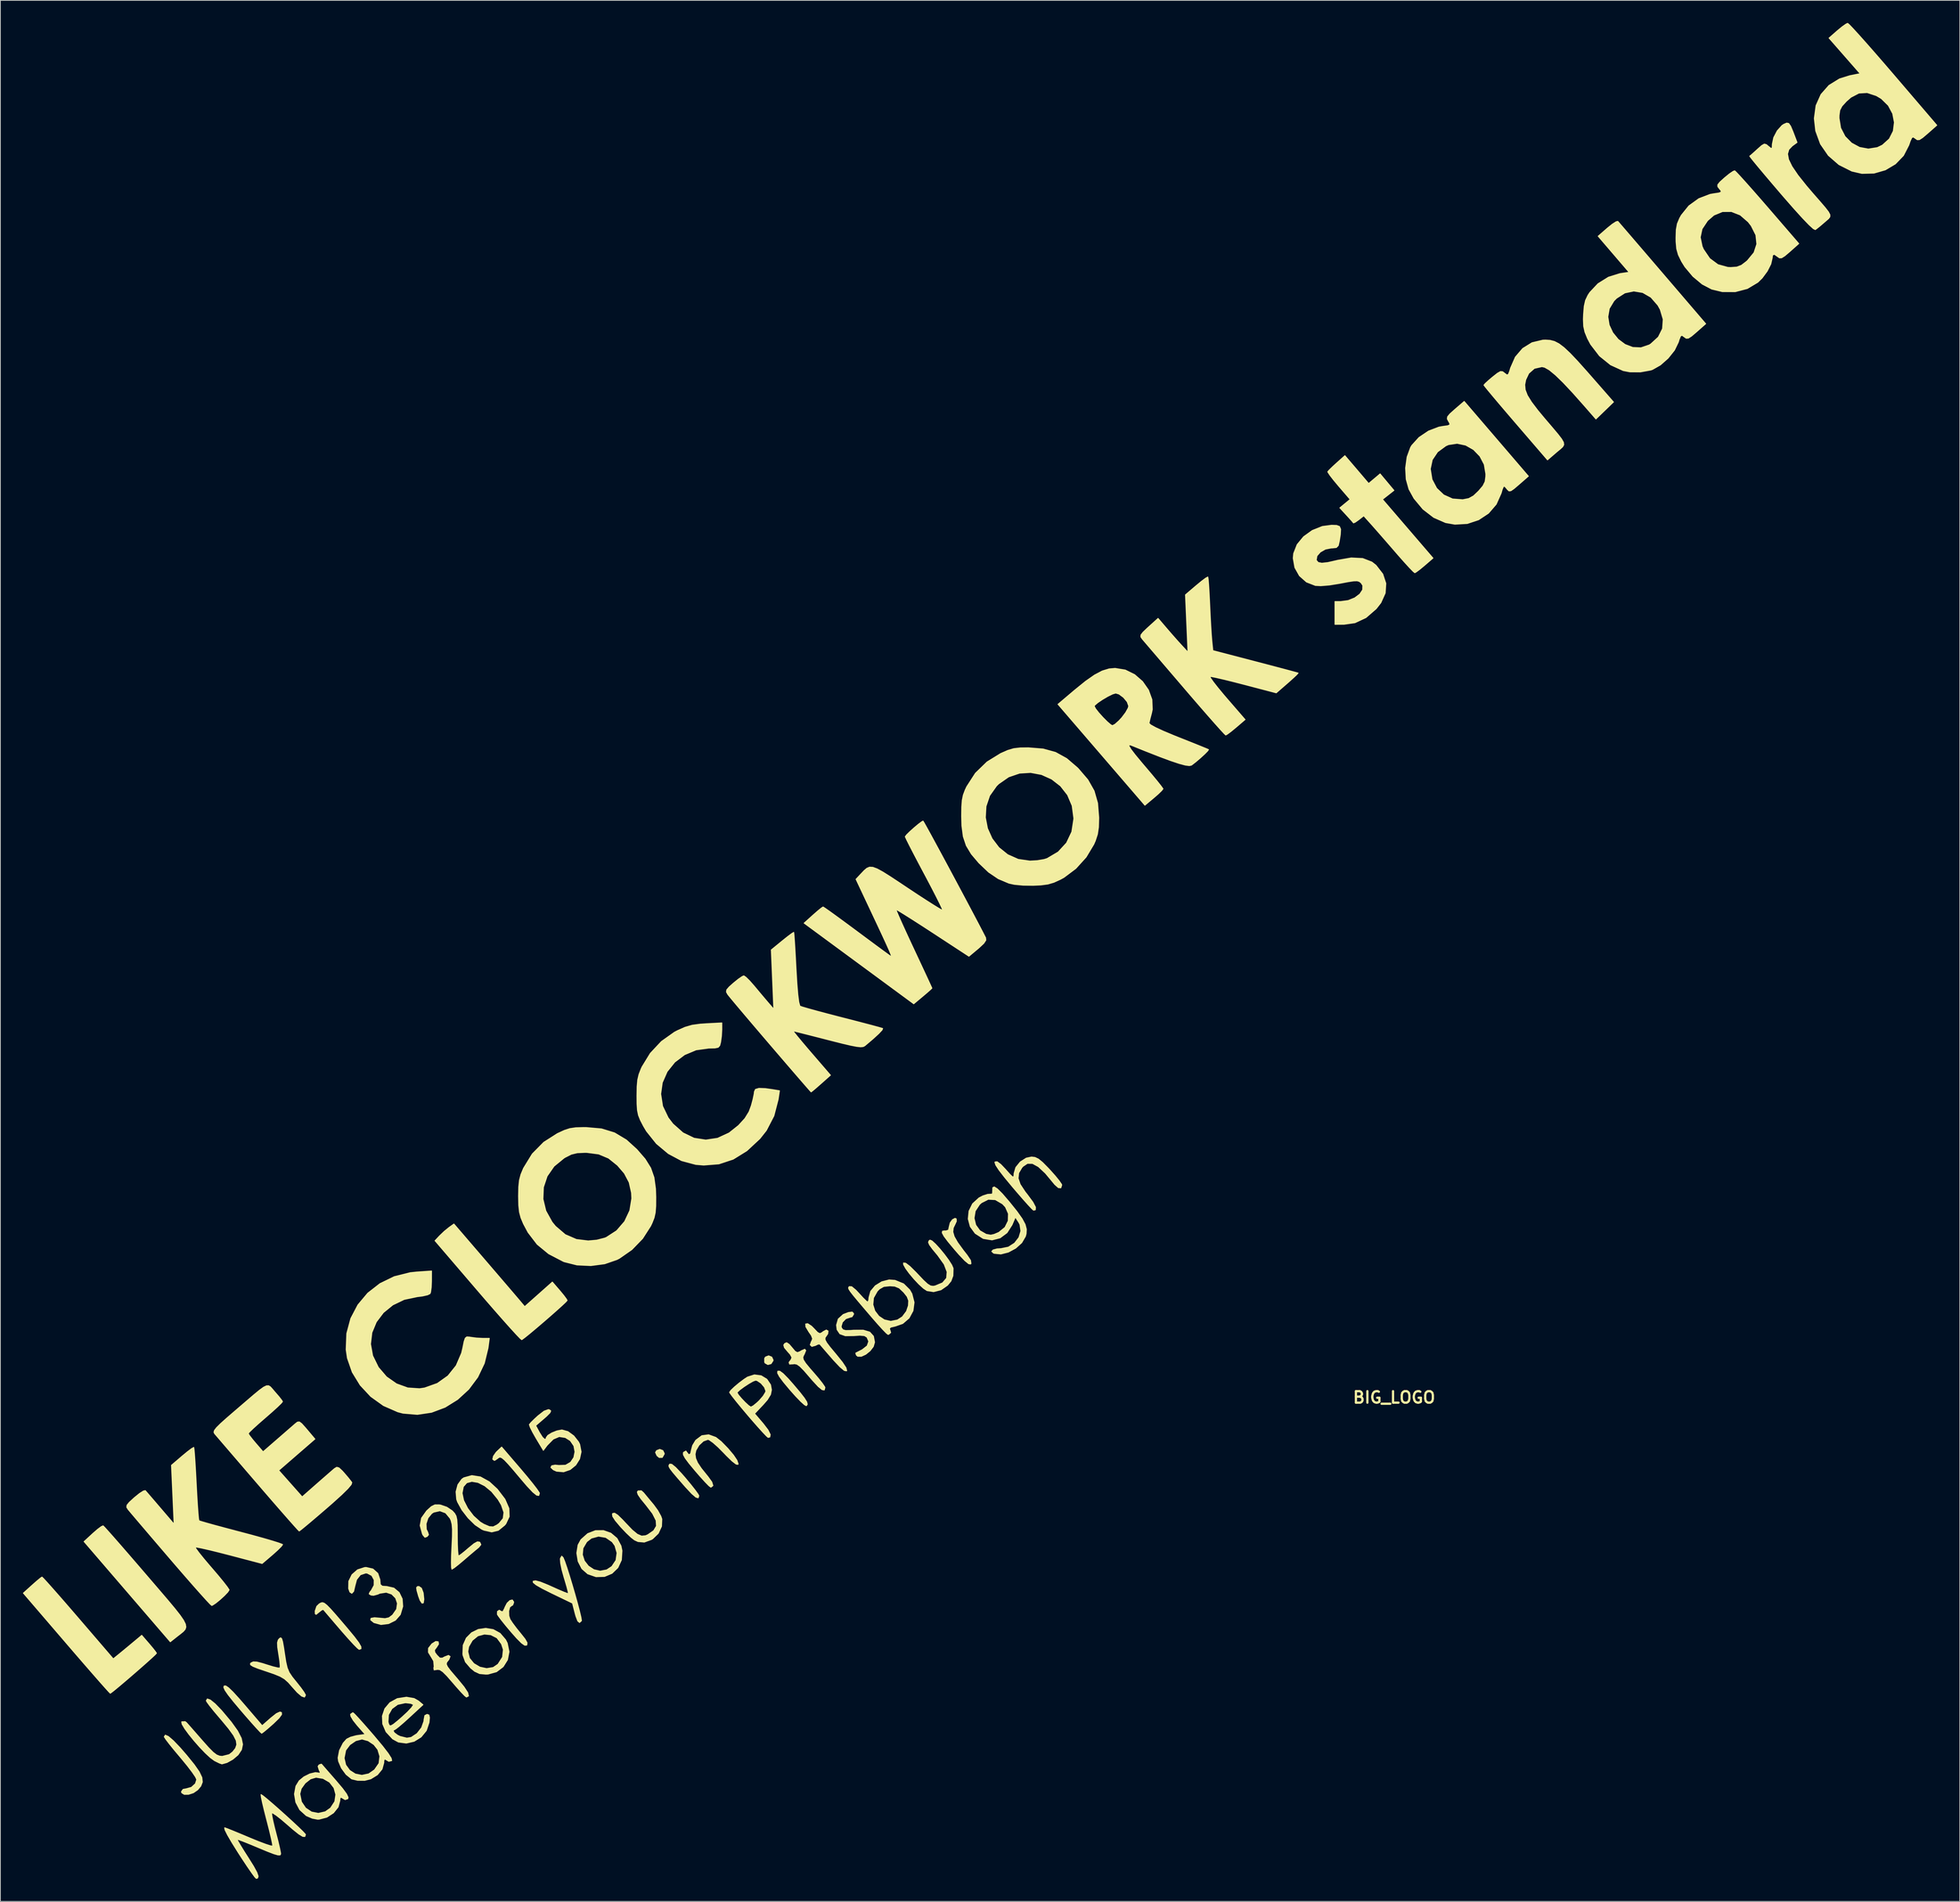
<source format=kicad_pcb>
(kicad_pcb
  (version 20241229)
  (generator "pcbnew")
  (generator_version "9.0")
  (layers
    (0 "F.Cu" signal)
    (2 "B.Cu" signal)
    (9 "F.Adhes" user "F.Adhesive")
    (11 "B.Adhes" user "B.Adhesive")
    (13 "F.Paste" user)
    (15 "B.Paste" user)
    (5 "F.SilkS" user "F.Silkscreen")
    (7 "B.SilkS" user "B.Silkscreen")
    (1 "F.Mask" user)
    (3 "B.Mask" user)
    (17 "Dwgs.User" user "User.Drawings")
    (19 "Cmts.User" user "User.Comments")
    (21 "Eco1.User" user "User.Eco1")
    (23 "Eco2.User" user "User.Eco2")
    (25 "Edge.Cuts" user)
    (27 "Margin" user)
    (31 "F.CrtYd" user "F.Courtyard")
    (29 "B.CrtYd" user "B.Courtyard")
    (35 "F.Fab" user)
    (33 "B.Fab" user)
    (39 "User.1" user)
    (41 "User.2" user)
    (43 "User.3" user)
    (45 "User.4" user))
  (footprint "BIG_LOGO"
    (layer "F.Cu")
    (at 182.368 182.908)
    (property "Reference" "BIG_LOGO" (at 0 0 0) (layer "F.SilkS") (effects (font (size 1.524 1.524) (thickness 0.3))))
    (attr through_hole)
    (fp_poly (pts (xy -97.064 7.445) (xy -97.073 7.535) (xy -97.327 7.986) (xy -97.744 7.995) (xy -98.046 7.745) (xy -98.238 7.317) (xy -98.101 7.068) (xy -97.67 6.901) (xy -97.25 7.061) (xy -97.064 7.445)) (stroke (width 0.1) (type solid)) (fill yes) (layer "F.SilkS"))
    (fp_poly (pts (xy -82.588 -4.977) (xy -82.598 -4.893) (xy -82.86 -4.488) (xy -83.29 -4.37) (xy -83.665 -4.578) (xy -83.727 -4.697) (xy -83.73 -5.194) (xy -83.617 -5.385) (xy -83.184 -5.548) (xy -82.768 -5.376) (xy -82.588 -4.977)) (stroke (width 0.1) (type solid)) (fill yes) (layer "F.SilkS"))
    (fp_poly (pts (xy -129.035 26.86) (xy -129.108 27.343) (xy -129.298 27.379) (xy -129.552 26.998) (xy -129.754 26.45) (xy -129.968 25.698) (xy -130.023 25.31) (xy -129.913 25.166) (xy -129.697 25.146) (xy -129.36 25.379) (xy -129.125 25.998) (xy -129.035 26.86)) (stroke (width 0.1) (type solid)) (fill yes) (layer "F.SilkS"))
    (fp_poly (pts (xy -78.038 0.908) (xy -78.156 1.095) (xy -78.173 1.107) (xy -78.418 0.982) (xy -78.914 0.536) (xy -79.587 -0.16) (xy -80.339 -1.004) (xy -81.211 -2.048) (xy -81.755 -2.78) (xy -82.003 -3.245) (xy -81.985 -3.493) (xy -81.968 -3.508) (xy -81.709 -3.504) (xy -81.263 -3.178) (xy -80.592 -2.496) (xy -79.941 -1.759) (xy -79.035 -0.686) (xy -78.441 0.076) (xy -78.12 0.588) (xy -78.038 0.908)) (stroke (width 0.1) (type solid)) (fill yes) (layer "F.SilkS"))
    (fp_poly (pts (xy -92.465 13.081) (xy -92.551 13.365) (xy -92.858 13.279) (xy -93.408 12.809) (xy -94.221 11.939) (xy -94.384 11.754) (xy -95.289 10.715) (xy -95.904 9.99) (xy -96.274 9.512) (xy -96.444 9.214) (xy -96.459 9.028) (xy -96.365 8.888) (xy -96.338 8.86) (xy -96.07 8.892) (xy -95.563 9.303) (xy -94.797 10.111) (xy -94.275 10.712) (xy -93.543 11.593) (xy -92.953 12.343) (xy -92.572 12.874) (xy -92.465 13.081)) (stroke (width 0.1) (type solid)) (fill yes) (layer "F.SilkS"))
    (fp_poly (pts (xy -160.687 30.547) (xy -160.787 30.86) (xy -161.031 31.142) (xy -161.394 31.439) (xy -161.815 31.764) (xy -162.77 32.52) (xy -168.508 25.848) (xy -174.245 19.177) (xy -173.066 18.088) (xy -172.428 17.534) (xy -171.931 17.168) (xy -171.701 17.072) (xy -171.498 17.276) (xy -171.004 17.821) (xy -170.259 18.662) (xy -169.303 19.755) (xy -168.176 21.055) (xy -166.916 22.515) (xy -165.887 23.714) (xy -164.352 25.502) (xy -163.119 26.945) (xy -162.165 28.087) (xy -161.468 28.973) (xy -161.004 29.648) (xy -160.751 30.158) (xy -160.687 30.547)) (stroke (width 0.1) (type solid)) (fill yes) (layer "F.SilkS"))
    (fp_poly (pts (xy -113.665 12.746) (xy -113.755 13.052) (xy -114.043 13.008) (xy -114.551 12.597) (xy -115.303 11.8) (xy -116.078 10.895) (xy -117.077 9.707) (xy -117.808 8.865) (xy -118.323 8.322) (xy -118.676 8.03) (xy -118.918 7.943) (xy -119.103 8.012) (xy -119.183 8.083) (xy -119.555 8.347) (xy -119.685 8.382) (xy -119.89 8.217) (xy -119.796 7.813) (xy -119.447 7.307) (xy -119.292 7.149) (xy -118.697 6.59) (xy -116.181 9.521) (xy -115.306 10.559) (xy -114.563 11.475) (xy -114.01 12.195) (xy -113.706 12.645) (xy -113.665 12.746)) (stroke (width 0.1) (type solid)) (fill yes) (layer "F.SilkS"))
    (fp_poly (pts (xy -56.266 -17.825) (xy -56.317 -17.749) (xy -56.585 -17.786) (xy -57.098 -18.206) (xy -57.873 -19.023) (xy -58.452 -19.688) (xy -59.323 -20.734) (xy -59.868 -21.459) (xy -60.109 -21.91) (xy -60.07 -22.134) (xy -59.772 -22.18) (xy -59.627 -22.164) (xy -59.272 -22.277) (xy -59.182 -22.705) (xy -59.052 -23.233) (xy -58.749 -23.661) (xy -58.403 -23.842) (xy -58.233 -23.774) (xy -58.213 -23.45) (xy -58.366 -23.106) (xy -58.628 -22.567) (xy -58.684 -22.03) (xy -58.503 -21.411) (xy -58.056 -20.628) (xy -57.309 -19.598) (xy -56.793 -18.939) (xy -56.332 -18.249) (xy -56.266 -17.825)) (stroke (width 0.1) (type solid)) (fill yes) (layer "F.SilkS"))
    (fp_poly (pts (xy -147.96 42.188) (xy -148.304 42.662) (xy -149.038 43.377) (xy -149.101 43.433) (xy -149.792 44.039) (xy -150.33 44.486) (xy -150.61 44.687) (xy -150.622 44.691) (xy -150.822 44.511) (xy -151.291 44.009) (xy -151.971 43.251) (xy -152.802 42.301) (xy -153.341 41.675) (xy -154.363 40.462) (xy -155.069 39.573) (xy -155.491 38.961) (xy -155.661 38.58) (xy -155.613 38.386) (xy -155.393 38.377) (xy -155.013 38.634) (xy -154.434 39.193) (xy -153.614 40.093) (xy -152.92 40.893) (xy -150.547 43.665) (xy -149.398 42.654) (xy -148.66 42.066) (xy -148.189 41.849) (xy -147.977 41.913) (xy -147.96 42.188)) (stroke (width 0.1) (type solid)) (fill yes) (layer "F.SilkS"))
    (fp_poly (pts (xy -158.499 51.177) (xy -158.708 51.715) (xy -159.119 52.209) (xy -159.692 52.605) (xy -160.339 52.816) (xy -160.909 52.824) (xy -161.251 52.613) (xy -161.29 52.451) (xy -161.07 52.144) (xy -160.673 52.07) (xy -159.964 51.876) (xy -159.436 51.393) (xy -159.26 50.845) (xy -159.419 50.5) (xy -159.852 49.862) (xy -160.496 49.016) (xy -161.287 48.05) (xy -161.419 47.894) (xy -162.224 46.936) (xy -162.892 46.11) (xy -163.362 45.493) (xy -163.571 45.167) (xy -163.576 45.145) (xy -163.434 44.925) (xy -163.021 45.108) (xy -162.354 45.68) (xy -161.45 46.627) (xy -160.609 47.597) (xy -159.595 48.848) (xy -158.92 49.814) (xy -158.563 50.567) (xy -158.499 51.177)) (stroke (width 0.1) (type solid)) (fill yes) (layer "F.SilkS"))
    (fp_poly (pts (xy -137.399 33.441) (xy -137.648 33.528) (xy -137.657 33.528) (xy -137.891 33.345) (xy -138.386 32.845) (xy -139.073 32.097) (xy -139.886 31.175) (xy -140.101 30.924) (xy -140.926 29.962) (xy -141.625 29.144) (xy -142.135 28.545) (xy -142.394 28.239) (xy -142.412 28.217) (xy -142.632 28.287) (xy -143 28.574) (xy -143.369 28.875) (xy -143.496 28.791) (xy -143.51 28.421) (xy -143.295 27.791) (xy -142.968 27.47) (xy -142.739 27.339) (xy -142.527 27.294) (xy -142.279 27.382) (xy -141.941 27.648) (xy -141.462 28.138) (xy -140.787 28.897) (xy -139.866 29.972) (xy -139.23 30.72) (xy -138.301 31.841) (xy -137.702 32.64) (xy -137.409 33.159) (xy -137.399 33.441)) (stroke (width 0.1) (type solid)) (fill yes) (layer "F.SilkS"))
    (fp_poly (pts (xy -115.312 32.639) (xy -115.338 32.92) (xy -115.384 32.967) (xy -115.635 32.975) (xy -116.058 32.677) (xy -116.697 32.036) (xy -117.417 31.223) (xy -118.15 30.353) (xy -118.756 29.598) (xy -119.158 29.057) (xy -119.276 28.861) (xy -119.266 28.473) (xy -119.017 28.301) (xy -118.726 28.479) (xy -118.724 28.482) (xy -118.536 28.488) (xy -118.307 28.048) (xy -118.262 27.918) (xy -117.976 27.365) (xy -117.607 27.016) (xy -117.275 26.936) (xy -117.1 27.19) (xy -117.094 27.286) (xy -117.223 27.636) (xy -117.343 27.686) (xy -117.615 27.902) (xy -117.754 28.423) (xy -117.733 29.055) (xy -117.589 29.504) (xy -117.264 30.007) (xy -116.727 30.725) (xy -116.174 31.405) (xy -115.578 32.159) (xy -115.312 32.639)) (stroke (width 0.1) (type solid)) (fill yes) (layer "F.SilkS"))
    (fp_poly (pts (xy -109.983 -12.91) (xy -110.164 -12.702) (xy -110.655 -12.239) (xy -111.374 -11.59) (xy -112.241 -10.825) (xy -113.176 -10.015) (xy -114.096 -9.229) (xy -114.921 -8.537) (xy -115.572 -8.01) (xy -115.965 -7.716) (xy -116.03 -7.68) (xy -116.235 -7.85) (xy -116.729 -8.364) (xy -117.474 -9.178) (xy -118.429 -10.248) (xy -119.557 -11.531) (xy -120.817 -12.982) (xy -121.896 -14.236) (xy -127.568 -20.858) (xy -126.966 -21.503) (xy -126.325 -22.117) (xy -125.705 -22.621) (xy -125.046 -23.093) (xy -121.006 -18.389) (xy -119.842 -17.032) (xy -118.753 -15.762) (xy -117.794 -14.642) (xy -117.02 -13.737) (xy -116.488 -13.113) (xy -116.3 -12.891) (xy -115.633 -12.098) (xy -113.794 -13.732) (xy -111.954 -15.367) (xy -110.969 -14.224) (xy -110.442 -13.587) (xy -110.084 -13.103) (xy -109.983 -12.91)) (stroke (width 0.1) (type solid)) (fill yes) (layer "F.SilkS"))
    (fp_poly (pts (xy -102.685 20.389) (xy -102.763 21.627) (xy -103.236 22.652) (xy -103.359 22.772) (xy -103.359 20.692) (xy -103.637 19.725) (xy -104.001 19.214) (xy -104.848 18.63) (xy -105.817 18.466) (xy -106.763 18.724) (xy -107.379 19.205) (xy -107.878 20.058) (xy -107.956 20.931) (xy -107.69 21.749) (xy -107.156 22.434) (xy -106.433 22.912) (xy -105.597 23.105) (xy -104.725 22.938) (xy -104.05 22.491) (xy -103.498 21.665) (xy -103.359 20.692) (xy -103.359 22.772) (xy -104.015 23.406) (xy -105.015 23.828) (xy -106.145 23.859) (xy -107.248 23.478) (xy -108.035 22.786) (xy -108.534 21.81) (xy -108.713 20.706) (xy -108.542 19.628) (xy -108.161 18.926) (xy -107.254 18.114) (xy -106.218 17.716) (xy -105.155 17.707) (xy -104.168 18.06) (xy -103.356 18.747) (xy -102.822 19.741) (xy -102.685 20.389)) (stroke (width 0.1) (type solid)) (fill yes) (layer "F.SilkS"))
    (fp_poly (pts (xy -164.6 34.036) (xy -164.778 34.234) (xy -165.266 34.689) (xy -165.983 35.334) (xy -166.85 36.098) (xy -167.788 36.914) (xy -168.717 37.712) (xy -169.557 38.423) (xy -170.228 38.978) (xy -170.652 39.308) (xy -170.755 39.37) (xy -170.942 39.184) (xy -171.42 38.656) (xy -172.152 37.83) (xy -173.097 36.75) (xy -174.219 35.459) (xy -175.478 34.002) (xy -176.595 32.703) (xy -182.318 26.035) (xy -181.138 24.967) (xy -180.505 24.409) (xy -180.03 24.019) (xy -179.832 23.89) (xy -179.64 24.072) (xy -179.162 24.593) (xy -178.44 25.403) (xy -177.516 26.453) (xy -176.435 27.695) (xy -175.239 29.081) (xy -175.029 29.326) (xy -170.353 34.771) (xy -169.664 34.213) (xy -169.083 33.737) (xy -168.314 33.101) (xy -167.771 32.648) (xy -166.567 31.642) (xy -165.587 32.775) (xy -165.062 33.402) (xy -164.703 33.864) (xy -164.6 34.036)) (stroke (width 0.1) (type solid)) (fill yes) (layer "F.SilkS"))
    (fp_poly (pts (xy -108.075 29.663) (xy -108.081 29.725) (xy -108.337 29.957) (xy -108.58 29.758) (xy -108.833 29.095) (xy -108.949 28.673) (xy -109.282 27.375) (xy -112.035 26.047) (xy -113.288 25.419) (xy -114.098 24.955) (xy -114.494 24.635) (xy -114.517 24.449) (xy -114.2 24.387) (xy -113.56 24.554) (xy -112.55 24.962) (xy -112.077 25.175) (xy -111.131 25.599) (xy -110.377 25.916) (xy -109.919 26.083) (xy -109.831 26.095) (xy -109.866 25.835) (xy -110.028 25.208) (xy -110.284 24.329) (xy -110.405 23.936) (xy -110.686 22.925) (xy -110.861 22.066) (xy -110.902 21.501) (xy -110.883 21.405) (xy -110.714 21.107) (xy -110.535 21.278) (xy -110.503 21.336) (xy -110.307 21.806) (xy -110.027 22.621) (xy -109.689 23.681) (xy -109.324 24.888) (xy -108.959 26.142) (xy -108.623 27.346) (xy -108.344 28.4) (xy -108.152 29.205) (xy -108.075 29.663)) (stroke (width 0.1) (type solid)) (fill yes) (layer "F.SilkS"))
    (fp_poly (pts (xy -75.692 -1.314) (xy -75.784 -0.987) (xy -76.076 -1.027) (xy -76.592 -1.451) (xy -77.356 -2.276) (xy -77.717 -2.698) (xy -78.489 -3.592) (xy -79.034 -4.144) (xy -79.432 -4.421) (xy -79.763 -4.484) (xy -79.921 -4.458) (xy -80.412 -4.434) (xy -80.48 -4.676) (xy -80.215 -5.028) (xy -80.098 -5.316) (xy -80.314 -5.724) (xy -80.645 -6.096) (xy -81.094 -6.631) (xy -81.189 -6.976) (xy -81.065 -7.174) (xy -80.795 -7.294) (xy -80.457 -7.072) (xy -80.1 -6.653) (xy -79.667 -6.139) (xy -79.364 -5.976) (xy -79.019 -6.104) (xy -78.84 -6.218) (xy -78.381 -6.422) (xy -78.245 -6.255) (xy -78.448 -5.75) (xy -78.533 -5.608) (xy -78.635 -5.334) (xy -78.563 -5.008) (xy -78.265 -4.541) (xy -77.692 -3.844) (xy -77.263 -3.355) (xy -76.576 -2.553) (xy -76.042 -1.877) (xy -75.736 -1.427) (xy -75.692 -1.314)) (stroke (width 0.1) (type solid)) (fill yes) (layer "F.SilkS"))
    (fp_poly (pts (xy -117.71 33.836) (xy -117.916 34.915) (xy -118.48 35.814) (xy -118.48 33.552) (xy -118.727 32.801) (xy -119.325 31.994) (xy -120.136 31.584) (xy -120.992 31.496) (xy -121.858 31.727) (xy -122.596 32.329) (xy -123.077 33.163) (xy -123.19 33.821) (xy -122.971 34.7) (xy -122.397 35.404) (xy -121.597 35.879) (xy -120.697 36.072) (xy -119.824 35.93) (xy -119.189 35.496) (xy -118.587 34.55) (xy -118.48 33.552) (xy -118.48 35.814) (xy -118.495 35.837) (xy -119.38 36.504) (xy -120.505 36.818) (xy -120.79 36.83) (xy -121.629 36.752) (xy -122.292 36.445) (xy -122.828 36.004) (xy -123.517 35.201) (xy -123.841 34.318) (xy -123.869 34.141) (xy -123.823 32.963) (xy -123.402 32.01) (xy -122.7 31.303) (xy -121.806 30.864) (xy -120.814 30.717) (xy -119.816 30.883) (xy -118.903 31.386) (xy -118.167 32.247) (xy -117.943 32.695) (xy -117.71 33.836)) (stroke (width 0.1) (type solid)) (fill yes) (layer "F.SilkS"))
    (fp_poly (pts (xy -72.799 -3.567) (xy -72.822 -3.53) (xy -73.121 -3.581) (xy -73.695 -4.059) (xy -74.544 -4.962) (xy -74.692 -5.13) (xy -75.392 -5.937) (xy -75.958 -6.592) (xy -76.313 -7.007) (xy -76.392 -7.102) (xy -76.642 -7.079) (xy -76.962 -6.917) (xy -77.442 -6.782) (xy -77.664 -7) (xy -77.511 -7.441) (xy -77.47 -7.493) (xy -77.345 -7.819) (xy -77.515 -8.262) (xy -77.842 -8.729) (xy -78.245 -9.401) (xy -78.273 -9.782) (xy -77.997 -9.827) (xy -77.487 -9.493) (xy -77.157 -9.161) (xy -76.681 -8.662) (xy -76.377 -8.503) (xy -76.095 -8.634) (xy -75.954 -8.756) (xy -75.516 -8.986) (xy -75.276 -8.846) (xy -75.325 -8.461) (xy -75.527 -8.17) (xy -75.679 -7.943) (xy -75.676 -7.678) (xy -75.473 -7.29) (xy -75.025 -6.696) (xy -74.287 -5.811) (xy -74.244 -5.76) (xy -73.384 -4.691) (xy -72.902 -3.961) (xy -72.799 -3.567)) (stroke (width 0.1) (type solid)) (fill yes) (layer "F.SilkS"))
    (fp_poly (pts (xy -97.386 16.182) (xy -97.428 17.153) (xy -97.867 18.089) (xy -98.611 18.811) (xy -98.798 18.919) (xy -99.732 19.256) (xy -100.556 19.183) (xy -101.022 18.972) (xy -101.463 18.633) (xy -102.103 18.029) (xy -102.812 17.283) (xy -102.898 17.187) (xy -103.586 16.369) (xy -103.933 15.828) (xy -103.973 15.503) (xy -103.924 15.431) (xy -103.675 15.39) (xy -103.257 15.661) (xy -102.618 16.283) (xy -102.23 16.702) (xy -101.334 17.638) (xy -100.647 18.203) (xy -100.085 18.44) (xy -99.564 18.394) (xy -99.26 18.261) (xy -98.484 17.72) (xy -98.117 17.108) (xy -98.163 16.371) (xy -98.625 15.455) (xy -99.478 14.34) (xy -100.177 13.485) (xy -100.559 12.923) (xy -100.663 12.588) (xy -100.558 12.427) (xy -100.122 12.41) (xy -99.822 12.676) (xy -99.448 13.132) (xy -98.893 13.8) (xy -98.49 14.281) (xy -97.932 15.048) (xy -97.519 15.798) (xy -97.386 16.182)) (stroke (width 0.1) (type solid)) (fill yes) (layer "F.SilkS"))
    (fp_poly (pts (xy -69.092 -7.347) (xy -69.261 -6.767) (xy -69.693 -6.203) (xy -70.266 -5.741) (xy -70.856 -5.468) (xy -71.342 -5.47) (xy -71.526 -5.629) (xy -71.61 -5.895) (xy -71.59 -5.922) (xy -71.326 -6.058) (xy -70.802 -6.327) (xy -70.741 -6.359) (xy -70.09 -6.868) (xy -69.881 -7.459) (xy -70.109 -8.007) (xy -70.447 -8.216) (xy -71.062 -8.273) (xy -71.858 -8.217) (xy -72.988 -8.204) (xy -73.718 -8.463) (xy -74.093 -9.023) (xy -74.168 -9.631) (xy -73.935 -10.445) (xy -73.271 -11.046) (xy -72.581 -11.311) (xy -72.067 -11.374) (xy -71.889 -11.177) (xy -71.882 -11.077) (xy -72.091 -10.735) (xy -72.351 -10.668) (xy -72.927 -10.473) (xy -73.372 -10.01) (xy -73.537 -9.459) (xy -73.5 -9.276) (xy -73.322 -9.022) (xy -72.959 -8.914) (xy -72.279 -8.925) (xy -71.888 -8.957) (xy -70.608 -8.964) (xy -69.737 -8.702) (xy -69.242 -8.151) (xy -69.092 -7.347)) (stroke (width 0.1) (type solid)) (fill yes) (layer "F.SilkS"))
    (fp_poly (pts (xy -58.645 -17.159) (xy -58.672 -16.196) (xy -58.934 -15.489) (xy -59.392 -14.928) (xy -60.265 -14.319) (xy -61.248 -14.068) (xy -62.125 -14.207) (xy -62.6 -14.521) (xy -63.207 -15.076) (xy -63.861 -15.771) (xy -64.476 -16.503) (xy -64.966 -17.173) (xy -65.247 -17.678) (xy -65.257 -17.902) (xy -64.966 -17.875) (xy -64.412 -17.456) (xy -63.582 -16.635) (xy -63.376 -16.415) (xy -62.596 -15.594) (xy -62.055 -15.094) (xy -61.658 -14.85) (xy -61.312 -14.799) (xy -61.039 -14.847) (xy -60.055 -15.259) (xy -59.528 -15.883) (xy -59.46 -16.708) (xy -59.85 -17.723) (xy -60.702 -18.918) (xy -60.706 -18.923) (xy -61.4 -19.761) (xy -61.796 -20.304) (xy -61.938 -20.638) (xy -61.868 -20.844) (xy -61.734 -20.948) (xy -61.467 -20.841) (xy -61 -20.417) (xy -60.419 -19.78) (xy -59.808 -19.035) (xy -59.253 -18.285) (xy -58.838 -17.636) (xy -58.648 -17.19) (xy -58.645 -17.159)) (stroke (width 0.1) (type solid)) (fill yes) (layer "F.SilkS"))
    (fp_poly (pts (xy -123.098 39.725) (xy -123.371 39.872) (xy -123.395 39.871) (xy -123.624 39.686) (xy -124.097 39.194) (xy -124.735 38.479) (xy -125.183 37.957) (xy -125.969 37.055) (xy -126.526 36.501) (xy -126.926 36.234) (xy -127.242 36.196) (xy -127.315 36.214) (xy -127.687 36.268) (xy -127.73 35.996) (xy -127.685 35.803) (xy -127.748 35.076) (xy -128.029 34.596) (xy -128.446 33.914) (xy -128.435 33.365) (xy -127.993 32.799) (xy -127.967 32.774) (xy -127.459 32.461) (xy -127.127 32.503) (xy -127.083 32.821) (xy -127.343 33.232) (xy -127.623 33.608) (xy -127.575 33.924) (xy -127.308 34.286) (xy -126.925 34.67) (xy -126.578 34.675) (xy -126.297 34.522) (xy -125.77 34.317) (xy -125.548 34.462) (xy -125.708 34.873) (xy -125.832 35.024) (xy -126.013 35.263) (xy -126.047 35.51) (xy -125.89 35.852) (xy -125.496 36.375) (xy -124.822 37.167) (xy -124.587 37.437) (xy -123.703 38.515) (xy -123.207 39.275) (xy -123.098 39.725)) (stroke (width 0.1) (type solid)) (fill yes) (layer "F.SilkS"))
    (fp_poly (pts (xy -144.78 39.613) (xy -144.916 39.879) (xy -145.297 39.749) (xy -145.884 39.246) (xy -146.518 38.54) (xy -147.072 37.907) (xy -147.577 37.457) (xy -148.17 37.107) (xy -148.991 36.773) (xy -150.019 36.423) (xy -151.112 36.051) (xy -151.783 35.781) (xy -152.096 35.579) (xy -152.117 35.407) (xy -152.036 35.32) (xy -151.731 35.178) (xy -151.263 35.197) (xy -150.508 35.392) (xy -149.98 35.562) (xy -149.131 35.823) (xy -148.488 35.98) (xy -148.184 36) (xy -148.18 35.997) (xy -148.159 35.703) (xy -148.22 35.051) (xy -148.351 34.181) (xy -148.354 34.169) (xy -148.499 33.22) (xy -148.523 32.633) (xy -148.422 32.273) (xy -148.278 32.091) (xy -148.096 31.971) (xy -147.954 32.084) (xy -147.825 32.503) (xy -147.683 33.303) (xy -147.571 34.058) (xy -147.395 35.189) (xy -147.212 35.98) (xy -146.955 36.593) (xy -146.556 37.193) (xy -146.008 37.872) (xy -145.417 38.616) (xy -144.981 39.226) (xy -144.784 39.587) (xy -144.78 39.613)) (stroke (width 0.1) (type solid)) (fill yes) (layer "F.SilkS"))
    (fp_poly (pts (xy -117.685 15.848) (xy -118.137 16.812) (xy -118.3 17.005) (xy -118.403 17.088) (xy -118.403 15.298) (xy -118.742 14.311) (xy -119.189 13.561) (xy -120.037 12.52) (xy -120.945 11.767) (xy -121.844 11.314) (xy -122.664 11.173) (xy -123.336 11.357) (xy -123.788 11.877) (xy -123.952 12.735) (xy -123.749 13.697) (xy -123.209 14.759) (xy -122.44 15.769) (xy -121.545 16.578) (xy -121.067 16.867) (xy -120.335 17.181) (xy -119.822 17.214) (xy -119.311 16.955) (xy -119.033 16.746) (xy -118.501 16.096) (xy -118.403 15.298) (xy -118.403 17.088) (xy -119.137 17.687) (xy -120.017 17.902) (xy -121.046 17.669) (xy -121.324 17.55) (xy -122.228 16.95) (xy -123.161 16.034) (xy -123.987 14.966) (xy -124.566 13.911) (xy -124.694 13.543) (xy -124.774 12.548) (xy -124.523 11.599) (xy -124.002 10.874) (xy -123.736 10.688) (xy -122.665 10.387) (xy -121.52 10.568) (xy -120.34 11.219) (xy -119.273 12.204) (xy -118.253 13.542) (xy -117.724 14.758) (xy -117.685 15.848)) (stroke (width 0.1) (type solid)) (fill yes) (layer "F.SilkS"))
    (fp_poly (pts (xy 5.175 -111.691) (xy 4.048 -110.717) (xy 3.415 -110.192) (xy 2.935 -109.836) (xy 2.748 -109.736) (xy 2.53 -109.915) (xy 2.046 -110.413) (xy 1.362 -111.161) (xy 0.541 -112.09) (xy 0.222 -112.459) (xy -0.725 -113.553) (xy -1.643 -114.609) (xy -2.438 -115.517) (xy -3.014 -116.169) (xy -3.087 -116.25) (xy -4.041 -117.312) (xy -4.701 -116.793) (xy -5.16 -116.468) (xy -5.404 -116.363) (xy -5.411 -116.369) (xy -5.597 -116.595) (xy -6.019 -117.067) (xy -6.344 -117.422) (xy -7.227 -118.38) (xy -6.543 -118.944) (xy -5.858 -119.507) (xy -7.378 -121.274) (xy -8.036 -122.063) (xy -8.536 -122.707) (xy -8.804 -123.111) (xy -8.83 -123.194) (xy -8.618 -123.434) (xy -8.14 -123.897) (xy -7.655 -124.341) (xy -6.546 -125.333) (xy -6.004 -124.698) (xy -5.539 -124.154) (xy -4.906 -123.412) (xy -4.424 -122.845) (xy -3.387 -121.628) (xy -2.625 -122.268) (xy -1.863 -122.909) (xy -0.941 -121.805) (xy -0.018 -120.701) (xy -0.778 -120.104) (xy -1.538 -119.507) (xy 1.818 -115.599) (xy 5.175 -111.691)) (stroke (width 0.1) (type solid)) (fill yes) (layer "F.SilkS"))
    (fp_poly (pts (xy -87.24 8.824) (xy -87.264 8.914) (xy -87.513 8.879) (xy -88.037 8.478) (xy -88.797 7.742) (xy -89.127 7.395) (xy -89.897 6.617) (xy -90.585 6.007) (xy -91.093 5.648) (xy -91.265 5.588) (xy -91.865 5.806) (xy -92.444 6.345) (xy -92.855 7.037) (xy -92.964 7.552) (xy -92.892 8.1) (xy -92.638 8.694) (xy -92.143 9.435) (xy -91.349 10.424) (xy -91.273 10.514) (xy -90.743 11.249) (xy -90.592 11.733) (xy -90.829 11.934) (xy -90.902 11.938) (xy -91.135 11.756) (xy -91.619 11.261) (xy -92.28 10.533) (xy -92.951 9.76) (xy -93.777 8.765) (xy -94.291 8.075) (xy -94.533 7.626) (xy -94.542 7.356) (xy -94.488 7.283) (xy -94.191 7.119) (xy -94.054 7.303) (xy -93.815 7.611) (xy -93.58 7.49) (xy -93.472 7.005) (xy -93.472 6.999) (xy -93.309 6.387) (xy -92.913 5.73) (xy -92.87 5.678) (xy -92.076 5.08) (xy -91.17 4.959) (xy -90.206 5.314) (xy -89.514 5.855) (xy -88.596 6.797) (xy -87.874 7.656) (xy -87.403 8.357) (xy -87.24 8.824)) (stroke (width 0.1) (type solid)) (fill yes) (layer "F.SilkS"))
    (fp_poly (pts (xy -44.197 -28.272) (xy -44.321 -27.885) (xy -44.655 -27.912) (xy -45.138 -28.338) (xy -45.28 -28.514) (xy -46.379 -29.835) (xy -47.307 -30.704) (xy -48.094 -31.135) (xy -48.771 -31.143) (xy -49.366 -30.743) (xy -49.512 -30.573) (xy -49.926 -29.869) (xy -50.003 -29.16) (xy -49.725 -28.354) (xy -49.071 -27.36) (xy -48.76 -26.964) (xy -48.042 -25.993) (xy -47.69 -25.322) (xy -47.709 -24.964) (xy -47.957 -24.908) (xy -48.173 -25.097) (xy -48.655 -25.611) (xy -49.343 -26.382) (xy -50.178 -27.345) (xy -50.739 -28.004) (xy -51.813 -29.3) (xy -52.553 -30.259) (xy -52.977 -30.908) (xy -53.106 -31.276) (xy -53.075 -31.353) (xy -52.794 -31.373) (xy -52.317 -31.018) (xy -51.685 -30.353) (xy -51.09 -29.688) (xy -50.755 -29.369) (xy -50.603 -29.359) (xy -50.56 -29.622) (xy -50.556 -29.801) (xy -50.318 -30.614) (xy -49.725 -31.346) (xy -48.928 -31.854) (xy -48.225 -32.004) (xy -47.764 -31.947) (xy -47.309 -31.729) (xy -46.76 -31.279) (xy -46.014 -30.524) (xy -45.794 -30.29) (xy -45.093 -29.504) (xy -44.548 -28.836) (xy -44.239 -28.385) (xy -44.197 -28.272)) (stroke (width 0.1) (type solid)) (fill yes) (layer "F.SilkS"))
    (fp_poly (pts (xy 57.969 -157.386) (xy 57.966 -157.11) (xy 57.791 -156.868) (xy 57.472 -156.59) (xy 57.265 -156.412) (xy 56.651 -155.886) (xy 56.163 -155.497) (xy 56.016 -155.396) (xy 55.751 -155.527) (xy 55.188 -156.04) (xy 54.343 -156.917) (xy 53.233 -158.141) (xy 51.874 -159.694) (xy 51.456 -160.179) (xy 50.313 -161.518) (xy 49.292 -162.723) (xy 48.437 -163.743) (xy 47.79 -164.528) (xy 47.395 -165.025) (xy 47.288 -165.184) (xy 47.51 -165.366) (xy 47.978 -165.784) (xy 48.321 -166.097) (xy 48.889 -166.6) (xy 49.236 -166.795) (xy 49.511 -166.724) (xy 49.778 -166.502) (xy 50.142 -166.206) (xy 50.275 -166.298) (xy 50.293 -166.775) (xy 50.48 -167.656) (xy 50.953 -168.559) (xy 51.582 -169.261) (xy 51.824 -169.422) (xy 52.212 -169.589) (xy 52.489 -169.532) (xy 52.741 -169.17) (xy 53.054 -168.426) (xy 53.141 -168.2) (xy 53.596 -167.005) (xy 52.96 -166.539) (xy 52.505 -166.064) (xy 52.334 -165.477) (xy 52.466 -164.739) (xy 52.917 -163.81) (xy 53.705 -162.648) (xy 54.847 -161.214) (xy 55.651 -160.272) (xy 56.64 -159.141) (xy 57.335 -158.33) (xy 57.769 -157.769) (xy 57.969 -157.386)) (stroke (width 0.1) (type solid)) (fill yes) (layer "F.SilkS"))
    (fp_poly (pts (xy -153.149 46.16) (xy -153.293 46.869) (xy -153.729 47.526) (xy -153.787 47.59) (xy -154.453 48.15) (xy -155.224 48.582) (xy -155.883 48.767) (xy -155.913 48.768) (xy -156.234 48.656) (xy -156.795 48.382) (xy -156.903 48.324) (xy -157.437 47.935) (xy -158.114 47.307) (xy -158.865 46.521) (xy -159.619 45.663) (xy -160.306 44.815) (xy -160.856 44.062) (xy -161.199 43.486) (xy -161.264 43.172) (xy -161.243 43.151) (xy -160.798 43.128) (xy -160.625 43.253) (xy -160.348 43.563) (xy -159.819 44.164) (xy -159.122 44.961) (xy -158.515 45.657) (xy -157.677 46.598) (xy -157.071 47.211) (xy -156.612 47.562) (xy -156.214 47.72) (xy -155.859 47.752) (xy -154.928 47.517) (xy -154.476 47.164) (xy -154.096 46.679) (xy -153.931 46.196) (xy -154.009 45.647) (xy -154.356 44.962) (xy -154.999 44.071) (xy -155.965 42.905) (xy -156.252 42.571) (xy -156.971 41.721) (xy -157.545 41.005) (xy -157.903 40.513) (xy -157.988 40.348) (xy -157.845 40.109) (xy -157.44 40.254) (xy -156.812 40.761) (xy -155.999 41.602) (xy -155.895 41.719) (xy -154.671 43.18) (xy -153.819 44.37) (xy -153.318 45.345) (xy -153.149 46.16)) (stroke (width 0.1) (type solid)) (fill yes) (layer "F.SilkS"))
    (fp_poly (pts (xy -108.121 7.231) (xy -108.326 8.18) (xy -108.84 8.997) (xy -109.58 9.598) (xy -110.457 9.902) (xy -111.389 9.825) (xy -111.829 9.629) (xy -112.156 9.317) (xy -112.05 9.085) (xy -111.587 8.991) (xy -111.091 9.04) (xy -110.202 9.01) (xy -109.532 8.622) (xy -109.106 7.99) (xy -108.953 7.226) (xy -109.098 6.445) (xy -109.567 5.757) (xy -110.225 5.339) (xy -111.044 5.211) (xy -111.832 5.545) (xy -112.635 6.361) (xy -112.695 6.44) (xy -113.152 7.046) (xy -114.126 5.42) (xy -114.585 4.611) (xy -114.903 3.969) (xy -115.021 3.617) (xy -115.017 3.596) (xy -114.796 3.33) (xy -114.31 2.85) (xy -113.857 2.433) (xy -113.056 1.813) (xy -112.495 1.609) (xy -112.345 1.635) (xy -112.162 1.783) (xy -112.268 2.041) (xy -112.713 2.488) (xy -113.037 2.772) (xy -114.163 3.742) (xy -113.666 4.665) (xy -113.262 5.302) (xy -112.95 5.584) (xy -112.787 5.469) (xy -112.776 5.341) (xy -112.558 5.04) (xy -112.023 4.712) (xy -111.35 4.443) (xy -110.716 4.319) (xy -110.664 4.318) (xy -109.882 4.538) (xy -109.099 5.111) (xy -108.47 5.911) (xy -108.311 6.231) (xy -108.121 7.231)) (stroke (width 0.1) (type solid)) (fill yes) (layer "F.SilkS"))
    (fp_poly (pts (xy -82.804 -1.013) (xy -82.929 -0.389) (xy -83.351 0.303) (xy -83.566 0.55) (xy -83.566 -0.864) (xy -83.756 -1.368) (xy -84.202 -1.892) (xy -84.716 -2.239) (xy -84.925 -2.286) (xy -85.275 -2.155) (xy -85.845 -1.828) (xy -86.482 -1.41) (xy -87.034 -1) (xy -87.35 -0.702) (xy -87.376 -0.642) (xy -87.211 -0.35) (xy -86.807 0.132) (xy -86.303 0.66) (xy -85.838 1.087) (xy -85.551 1.27) (xy -85.546 1.27) (xy -85.231 1.104) (xy -84.718 0.681) (xy -84.43 0.406) (xy -83.917 -0.186) (xy -83.608 -0.697) (xy -83.566 -0.864) (xy -83.566 0.55) (xy -83.927 0.964) (xy -85.049 2.152) (xy -83.91 3.486) (xy -83.264 4.333) (xy -82.965 4.941) (xy -83.027 5.273) (xy -83.263 5.325) (xy -83.481 5.138) (xy -83.964 4.63) (xy -84.651 3.869) (xy -85.479 2.922) (xy -85.915 2.413) (xy -86.78 1.387) (xy -87.514 0.493) (xy -88.057 -0.197) (xy -88.354 -0.61) (xy -88.392 -0.689) (xy -88.206 -0.955) (xy -87.733 -1.407) (xy -87.1 -1.936) (xy -86.435 -2.435) (xy -85.994 -2.721) (xy -85.08 -3.013) (xy -84.181 -2.893) (xy -83.421 -2.431) (xy -82.926 -1.693) (xy -82.804 -1.013)) (stroke (width 0.1) (type solid)) (fill yes) (layer "F.SilkS"))
    (fp_poly (pts (xy -139.113 53.212) (xy -139.15 53.4) (xy -139.516 53.524) (xy -139.816 53.349) (xy -140.107 53.18) (xy -140.203 53.417) (xy -140.208 53.633) (xy -140.442 54.506) (xy -140.76 54.905) (xy -140.76 52.839) (xy -141.007 51.95) (xy -141.586 51.203) (xy -142.448 50.701) (xy -143.39 50.546) (xy -144.125 50.766) (xy -144.829 51.319) (xy -145.35 52.048) (xy -145.533 52.749) (xy -145.317 53.815) (xy -144.766 54.633) (xy -143.986 55.157) (xy -143.081 55.337) (xy -142.156 55.125) (xy -141.458 54.63) (xy -140.894 53.767) (xy -140.76 52.839) (xy -140.76 54.905) (xy -141.061 55.281) (xy -141.943 55.855) (xy -142.965 56.125) (xy -143.18 56.133) (xy -143.886 55.998) (xy -144.645 55.671) (xy -144.704 55.636) (xy -145.553 54.867) (xy -146.081 53.868) (xy -146.262 52.774) (xy -146.068 51.72) (xy -145.627 50.999) (xy -144.991 50.478) (xy -144.209 50.089) (xy -143.477 49.912) (xy -143.114 49.952) (xy -142.832 50.01) (xy -142.878 49.77) (xy -142.973 49.584) (xy -143.124 49.092) (xy -142.986 48.885) (xy -142.687 48.785) (xy -142.643 48.806) (xy -142.457 49.022) (xy -142.007 49.539) (xy -141.365 50.275) (xy -140.724 51.01) (xy -139.854 52.042) (xy -139.325 52.763) (xy -139.113 53.212)) (stroke (width 0.1) (type solid)) (fill yes) (layer "F.SilkS"))
    (fp_poly (pts (xy -131.846 27.805) (xy -132.164 28.872) (xy -132.188 28.919) (xy -132.823 29.646) (xy -133.734 30.098) (xy -134.742 30.223) (xy -135.67 29.968) (xy -135.7 29.952) (xy -136.122 29.61) (xy -136.079 29.382) (xy -135.61 29.299) (xy -134.987 29.352) (xy -134.207 29.424) (xy -133.693 29.309) (xy -133.222 28.955) (xy -133.209 28.943) (xy -132.678 28.181) (xy -132.566 27.399) (xy -132.804 26.697) (xy -133.32 26.174) (xy -134.045 25.929) (xy -134.907 26.062) (xy -135.165 26.182) (xy -135.739 26.34) (xy -136.071 26.303) (xy -136.327 26.145) (xy -136.22 25.887) (xy -136.052 25.692) (xy -135.672 24.995) (xy -135.662 24.283) (xy -135.977 23.699) (xy -136.571 23.387) (xy -136.79 23.368) (xy -137.481 23.6) (xy -137.984 24.236) (xy -138.22 25.126) (xy -138.376 25.807) (xy -138.626 26.073) (xy -138.891 25.897) (xy -139.059 25.428) (xy -139.039 24.452) (xy -138.609 23.579) (xy -137.869 22.93) (xy -136.916 22.622) (xy -136.715 22.612) (xy -135.811 22.824) (xy -135.163 23.405) (xy -134.879 24.251) (xy -134.874 24.384) (xy -134.825 24.894) (xy -134.578 25.104) (xy -133.978 25.146) (xy -133.973 25.146) (xy -133.029 25.364) (xy -132.328 25.948) (xy -131.917 26.796) (xy -131.846 27.805)) (stroke (width 0.1) (type solid)) (fill yes) (layer "F.SilkS"))
    (fp_poly (pts (xy -128.289 42.6) (xy -128.348 43.243) (xy -128.711 44.331) (xy -129.411 45.186) (xy -130.336 45.759) (xy -131.378 46.001) (xy -132.427 45.861) (xy -133.194 45.444) (xy -134.076 44.493) (xy -134.525 43.443) (xy -134.57 42.387) (xy -134.24 41.412) (xy -133.567 40.609) (xy -132.579 40.067) (xy -131.359 39.878) (xy -130.339 40.055) (xy -129.759 40.383) (xy -129.159 40.889) (xy -130.447 42.079) (xy -130.447 40.865) (xy -130.769 40.719) (xy -131.387 40.643) (xy -131.539 40.64) (xy -132.524 40.853) (xy -133.288 41.416) (xy -133.742 42.221) (xy -133.801 43.155) (xy -133.735 43.421) (xy -133.624 43.651) (xy -133.435 43.687) (xy -133.087 43.487) (xy -132.5 43.011) (xy -131.937 42.521) (xy -131.216 41.85) (xy -130.693 41.291) (xy -130.449 40.931) (xy -130.447 40.865) (xy -130.447 42.079) (xy -130.937 42.532) (xy -131.723 43.243) (xy -132.375 43.801) (xy -132.8 44.13) (xy -132.905 44.186) (xy -133.129 44.317) (xy -132.988 44.599) (xy -132.558 44.928) (xy -132.219 45.096) (xy -131.305 45.325) (xy -130.729 45.229) (xy -129.959 44.721) (xy -129.35 43.938) (xy -129.044 43.078) (xy -129.032 42.892) (xy -128.922 42.322) (xy -128.618 42.164) (xy -128.365 42.252) (xy -128.289 42.6)) (stroke (width 0.1) (type solid)) (fill yes) (layer "F.SilkS"))
    (fp_poly (pts (xy -120.331 -7.874) (xy -120.503 -6.573) (xy -120.996 -4.548) (xy -121.875 -2.705) (xy -123.079 -1.087) (xy -124.546 0.262) (xy -126.214 1.3) (xy -128.022 1.981) (xy -129.908 2.263) (xy -131.809 2.102) (xy -132.515 1.918) (xy -134.42 1.082) (xy -136.106 -0.126) (xy -137.51 -1.633) (xy -138.569 -3.361) (xy -139.221 -5.236) (xy -139.388 -6.369) (xy -139.304 -8.514) (xy -138.767 -10.515) (xy -137.82 -12.322) (xy -136.51 -13.885) (xy -134.881 -15.154) (xy -132.978 -16.08) (xy -130.846 -16.613) (xy -130.034 -16.698) (xy -128.016 -16.837) (xy -128.02 -15.467) (xy -128.055 -14.646) (xy -128.14 -14.023) (xy -128.21 -13.817) (xy -128.546 -13.647) (xy -129.229 -13.491) (xy -129.939 -13.401) (xy -131.659 -13.038) (xy -133.169 -12.313) (xy -134.421 -11.292) (xy -135.365 -10.041) (xy -135.951 -8.625) (xy -136.129 -7.11) (xy -135.851 -5.563) (xy -135.851 -5.562) (xy -135.091 -4.01) (xy -134.008 -2.745) (xy -132.681 -1.817) (xy -131.19 -1.275) (xy -129.615 -1.17) (xy -128.951 -1.267) (xy -127.255 -1.872) (xy -125.84 -2.878) (xy -124.751 -4.24) (xy -124.035 -5.906) (xy -123.877 -6.573) (xy -123.703 -7.433) (xy -123.547 -7.896) (xy -123.334 -8.067) (xy -122.99 -8.049) (xy -122.842 -8.02) (xy -122.049 -7.916) (xy -121.221 -7.874) (xy -120.331 -7.874)) (stroke (width 0.1) (type solid)) (fill yes) (layer "F.SilkS"))
    (fp_poly (pts (xy -1.094 -108.324) (xy -1.178 -107.037) (xy -1.757 -105.75) (xy -2.378 -104.954) (xy -3.738 -103.773) (xy -5.208 -103.084) (xy -6.668 -102.876) (xy -7.874 -102.87) (xy -7.874 -104.394) (xy -7.874 -105.918) (xy -7.104 -105.918) (xy -6.108 -106.052) (xy -5.238 -106.404) (xy -4.573 -106.903) (xy -4.191 -107.476) (xy -4.174 -108.05) (xy -4.391 -108.386) (xy -4.623 -108.573) (xy -4.919 -108.661) (xy -5.392 -108.648) (xy -6.15 -108.532) (xy -7.173 -108.337) (xy -8.599 -108.104) (xy -9.759 -108.009) (xy -10.477 -108.048) (xy -11.66 -108.509) (xy -12.595 -109.339) (xy -13.208 -110.431) (xy -13.427 -111.675) (xy -13.367 -112.314) (xy -12.902 -113.497) (xy -12.04 -114.544) (xy -10.885 -115.374) (xy -9.546 -115.909) (xy -8.319 -116.072) (xy -7.646 -116.049) (xy -7.259 -115.903) (xy -7.107 -115.538) (xy -7.142 -114.854) (xy -7.275 -113.983) (xy -7.418 -113.359) (xy -7.68 -113.092) (xy -8.232 -113.031) (xy -8.371 -113.03) (xy -9.14 -112.878) (xy -9.812 -112.493) (xy -10.256 -111.982) (xy -10.346 -111.452) (xy -10.327 -111.392) (xy -10.09 -111.115) (xy -9.612 -111.02) (xy -8.816 -111.108) (xy -7.628 -111.379) (xy -7.53 -111.404) (xy -5.699 -111.723) (xy -4.178 -111.645) (xy -2.954 -111.168) (xy -2.41 -110.741) (xy -1.505 -109.572) (xy -1.094 -108.324)) (stroke (width 0.1) (type solid)) (fill yes) (layer "F.SilkS"))
    (fp_poly (pts (xy -133.313 48.321) (xy -133.324 48.335) (xy -133.707 48.43) (xy -133.974 48.269) (xy -134.258 48.104) (xy -134.358 48.331) (xy -134.366 48.606) (xy -134.6 49.459) (xy -134.905 49.831) (xy -134.905 47.75) (xy -135.177 46.856) (xy -135.69 46.203) (xy -136.458 45.688) (xy -137.249 45.467) (xy -137.287 45.466) (xy -138.101 45.678) (xy -138.883 46.215) (xy -139.418 46.925) (xy -139.439 46.973) (xy -139.641 47.992) (xy -139.433 48.895) (xy -138.909 49.618) (xy -138.163 50.099) (xy -137.288 50.275) (xy -136.378 50.081) (xy -135.616 49.55) (xy -135.018 48.688) (xy -134.905 47.75) (xy -134.905 49.831) (xy -135.218 50.213) (xy -136.101 50.756) (xy -136.914 50.962) (xy -137.85 50.957) (xy -138.607 50.777) (xy -138.676 50.743) (xy -139.395 50.161) (xy -140.012 49.317) (xy -140.396 48.414) (xy -140.462 47.956) (xy -140.272 46.961) (xy -139.785 45.994) (xy -139.314 45.462) (xy -138.795 45.201) (xy -138.044 44.999) (xy -137.874 44.972) (xy -136.855 44.831) (xy -137.914 43.629) (xy -138.439 42.966) (xy -138.758 42.427) (xy -138.805 42.155) (xy -138.521 41.951) (xy -138.441 41.96) (xy -138.216 42.17) (xy -137.723 42.7) (xy -137.025 43.481) (xy -136.181 44.446) (xy -135.654 45.057) (xy -134.546 46.382) (xy -133.791 47.361) (xy -133.383 48.004) (xy -133.313 48.321)) (stroke (width 0.1) (type solid)) (fill yes) (layer "F.SilkS"))
    (fp_poly (pts (xy -121.455 19.585) (xy -121.733 19.938) (xy -121.828 20.016) (xy -122.294 20.4) (xy -122.99 20.99) (xy -123.761 21.654) (xy -124.462 22.243) (xy -125.014 22.673) (xy -125.309 22.858) (xy -125.32 22.86) (xy -125.373 22.623) (xy -125.391 21.978) (xy -125.373 21.024) (xy -125.321 19.867) (xy -125.257 18.508) (xy -125.249 17.545) (xy -125.305 16.87) (xy -125.431 16.375) (xy -125.559 16.087) (xy -126.156 15.366) (xy -126.914 15.085) (xy -127.733 15.272) (xy -127.997 15.44) (xy -128.487 16.036) (xy -128.741 16.807) (xy -128.712 17.545) (xy -128.538 17.89) (xy -128.417 18.268) (xy -128.608 18.506) (xy -128.907 18.615) (xy -129.169 18.307) (xy -129.246 18.147) (xy -129.546 17.044) (xy -129.362 16.047) (xy -128.684 15.096) (xy -128.644 15.055) (xy -128.049 14.515) (xy -127.574 14.284) (xy -127.019 14.281) (xy -126.816 14.311) (xy -125.987 14.599) (xy -125.261 15.087) (xy -125.236 15.111) (xy -124.944 15.433) (xy -124.756 15.777) (xy -124.649 16.255) (xy -124.6 16.984) (xy -124.587 18.078) (xy -124.587 18.421) (xy -124.573 19.514) (xy -124.536 20.39) (xy -124.482 20.943) (xy -124.432 21.082) (xy -124.175 20.927) (xy -123.66 20.522) (xy -123.083 20.031) (xy -122.375 19.45) (xy -121.921 19.202) (xy -121.634 19.242) (xy -121.587 19.282) (xy -121.455 19.585)) (stroke (width 0.1) (type solid)) (fill yes) (layer "F.SilkS"))
    (fp_poly (pts (xy 29.183 -132.461) (xy 28.011 -131.327) (xy 26.839 -130.194) (xy 25.298 -131.962) (xy 23.752 -133.703) (xy 22.48 -135.06) (xy 21.452 -136.058) (xy 20.643 -136.723) (xy 20.024 -137.079) (xy 19.658 -137.16) (xy 18.66 -136.935) (xy 17.913 -136.279) (xy 17.509 -135.424) (xy 17.381 -134.754) (xy 17.441 -134.088) (xy 17.724 -133.351) (xy 18.269 -132.467) (xy 19.11 -131.359) (xy 19.969 -130.324) (xy 21.02 -129.093) (xy 21.78 -128.191) (xy 22.275 -127.549) (xy 22.53 -127.099) (xy 22.57 -126.772) (xy 22.421 -126.497) (xy 22.106 -126.208) (xy 21.653 -125.834) (xy 21.613 -125.8) (xy 20.398 -124.753) (xy 16.168 -129.671) (xy 15.022 -131.008) (xy 13.993 -132.217) (xy 13.127 -133.245) (xy 12.467 -134.039) (xy 12.057 -134.546) (xy 11.938 -134.714) (xy 12.118 -134.929) (xy 12.586 -135.358) (xy 13.086 -135.781) (xy 13.742 -136.298) (xy 14.145 -136.525) (xy 14.429 -136.504) (xy 14.702 -136.298) (xy 14.996 -136.075) (xy 15.186 -136.139) (xy 15.361 -136.572) (xy 15.484 -136.998) (xy 16.122 -138.449) (xy 17.098 -139.588) (xy 18.342 -140.359) (xy 19.781 -140.703) (xy 20.13 -140.716) (xy 20.748 -140.675) (xy 21.327 -140.523) (xy 21.925 -140.214) (xy 22.597 -139.704) (xy 23.402 -138.948) (xy 24.395 -137.9) (xy 25.633 -136.517) (xy 26.073 -136.015) (xy 29.183 -132.461)) (stroke (width 0.1) (type solid)) (fill yes) (layer "F.SilkS"))
    (fp_poly (pts (xy -63.836 -12.653) (xy -63.981 -11.539) (xy -64.505 -10.563) (xy -64.572 -10.506) (xy -64.572 -12.886) (xy -64.778 -13.429) (xy -65.224 -13.993) (xy -65.821 -14.558) (xy -66.414 -14.803) (xy -67.057 -14.847) (xy -67.872 -14.763) (xy -68.448 -14.438) (xy -68.734 -14.141) (xy -69.235 -13.254) (xy -69.318 -12.353) (xy -69.057 -11.515) (xy -68.527 -10.816) (xy -67.802 -10.332) (xy -66.956 -10.139) (xy -66.063 -10.315) (xy -65.411 -10.732) (xy -64.859 -11.472) (xy -64.607 -12.221) (xy -64.572 -12.886) (xy -64.572 -10.506) (xy -65.352 -9.837) (xy -66.35 -9.487) (xy -66.964 -9.341) (xy -67.13 -9.152) (xy -67.062 -9.024) (xy -66.949 -8.627) (xy -67.222 -8.391) (xy -67.32 -8.382) (xy -67.547 -8.564) (xy -68.027 -9.058) (xy -68.689 -9.788) (xy -69.4 -10.604) (xy -70.526 -11.921) (xy -71.36 -12.905) (xy -71.943 -13.609) (xy -72.312 -14.085) (xy -72.509 -14.387) (xy -72.57 -14.568) (xy -72.536 -14.681) (xy -72.461 -14.763) (xy -72.138 -14.742) (xy -71.575 -14.276) (xy -71.187 -13.859) (xy -70.624 -13.247) (xy -70.192 -12.827) (xy -70.008 -12.7) (xy -69.887 -12.917) (xy -69.85 -13.301) (xy -69.618 -14.138) (xy -69.007 -14.866) (xy -68.146 -15.398) (xy -67.164 -15.649) (xy -66.383 -15.592) (xy -65.233 -15.12) (xy -64.425 -14.318) (xy -64.129 -13.795) (xy -63.836 -12.653)) (stroke (width 0.1) (type solid)) (fill yes) (layer "F.SilkS"))
    (fp_poly (pts (xy 72.183 -169.291) (xy 70.966 -168.217) (xy 70.292 -167.644) (xy 69.869 -167.372) (xy 69.581 -167.355) (xy 69.318 -167.535) (xy 69.054 -167.72) (xy 68.858 -167.636) (xy 68.652 -167.201) (xy 68.46 -166.645) (xy 67.748 -165.258) (xy 66.676 -164.146) (xy 66.527 -164.057) (xy 66.527 -169.669) (xy 66.303 -170.838) (xy 65.722 -171.925) (xy 64.795 -172.835) (xy 64.13 -173.23) (xy 62.912 -173.631) (xy 61.813 -173.563) (xy 60.76 -173.014) (xy 60.147 -172.475) (xy 59.566 -171.836) (xy 59.28 -171.287) (xy 59.187 -170.598) (xy 59.182 -170.247) (xy 59.395 -168.928) (xy 59.976 -167.803) (xy 60.839 -166.927) (xy 61.899 -166.352) (xy 63.068 -166.133) (xy 64.261 -166.324) (xy 64.937 -166.649) (xy 65.856 -167.478) (xy 66.382 -168.517) (xy 66.527 -169.669) (xy 66.527 -164.057) (xy 65.336 -163.35) (xy 63.82 -162.912) (xy 62.219 -162.874) (xy 60.883 -163.181) (xy 59.159 -164.048) (xy 57.75 -165.274) (xy 56.703 -166.793) (xy 56.065 -168.538) (xy 55.88 -170.201) (xy 56.11 -171.913) (xy 56.774 -173.394) (xy 57.829 -174.594) (xy 59.233 -175.463) (xy 60.601 -175.889) (xy 61.974 -176.163) (xy 59.905 -178.529) (xy 57.835 -180.895) (xy 58.953 -181.877) (xy 59.597 -182.406) (xy 60.107 -182.763) (xy 60.325 -182.858) (xy 60.544 -182.671) (xy 61.051 -182.14) (xy 61.809 -181.31) (xy 62.778 -180.224) (xy 63.918 -178.925) (xy 65.191 -177.458) (xy 66.381 -176.074) (xy 72.183 -169.291)) (stroke (width 0.1) (type solid)) (fill yes) (layer "F.SilkS"))
    (fp_poly (pts (xy -81.741 -40.82) (xy -81.915 -39.66) (xy -82.483 -37.474) (xy -83.488 -35.535) (xy -84.349 -34.442) (xy -86.084 -32.828) (xy -87.895 -31.708) (xy -89.807 -31.074) (xy -91.846 -30.914) (xy -92.886 -31.004) (xy -94.758 -31.505) (xy -96.53 -32.452) (xy -98.118 -33.782) (xy -99.438 -35.436) (xy -99.842 -36.116) (xy -100.253 -36.91) (xy -100.509 -37.556) (xy -100.646 -38.223) (xy -100.702 -39.079) (xy -100.711 -40.132) (xy -100.691 -41.363) (xy -100.611 -42.259) (xy -100.439 -42.995) (xy -100.147 -43.744) (xy -100.03 -43.997) (xy -98.925 -45.801) (xy -97.449 -47.377) (xy -95.719 -48.606) (xy -95.316 -48.817) (xy -94.296 -49.268) (xy -93.356 -49.54) (xy -92.264 -49.688) (xy -91.543 -49.736) (xy -89.408 -49.848) (xy -89.408 -48.959) (xy -89.457 -48.073) (xy -89.567 -47.276) (xy -89.684 -46.825) (xy -89.894 -46.588) (xy -90.335 -46.496) (xy -91.146 -46.48) (xy -91.154 -46.48) (xy -92.838 -46.249) (xy -94.367 -45.607) (xy -95.672 -44.622) (xy -96.682 -43.36) (xy -97.327 -41.889) (xy -97.536 -40.386) (xy -97.285 -38.762) (xy -96.543 -37.218) (xy -95.914 -36.398) (xy -94.578 -35.214) (xy -93.106 -34.502) (xy -91.555 -34.261) (xy -89.984 -34.494) (xy -88.451 -35.202) (xy -87.209 -36.19) (xy -86.348 -37.13) (xy -85.8 -38.019) (xy -85.495 -38.845) (xy -85.269 -39.693) (xy -85.122 -40.397) (xy -85.09 -40.686) (xy -84.946 -41.002) (xy -84.476 -41.14) (xy -83.623 -41.109) (xy -82.717 -40.981) (xy -81.741 -40.82)) (stroke (width 0.1) (type solid)) (fill yes) (layer "F.SilkS"))
    (fp_poly (pts (xy -48.902 -22.384) (xy -48.937 -21.781) (xy -49.031 -21.434) (xy -49.526 -20.586) (xy -50.333 -19.862) (xy -51.308 -19.335) (xy -52.311 -19.081) (xy -53.199 -19.174) (xy -53.278 -19.206) (xy -53.521 -19.429) (xy -53.339 -19.637) (xy -52.814 -19.778) (xy -52.289 -19.812) (xy -51.303 -20.012) (xy -50.484 -20.54) (xy -49.907 -21.287) (xy -49.646 -22.147) (xy -49.772 -23.01) (xy -49.925 -23.299) (xy -50.377 -23.988) (xy -50.811 -22.966) (xy -51.304 -22.197) (xy -51.304 -24.448) (xy -51.698 -25.342) (xy -52.089 -25.758) (xy -53.045 -26.315) (xy -53.978 -26.365) (xy -54.876 -25.91) (xy -55.138 -25.674) (xy -55.706 -24.805) (xy -55.859 -23.858) (xy -55.64 -22.949) (xy -55.093 -22.196) (xy -54.258 -21.715) (xy -53.645 -21.606) (xy -53.201 -21.705) (xy -52.589 -21.965) (xy -52.573 -21.974) (xy -51.758 -22.637) (xy -51.33 -23.504) (xy -51.304 -24.448) (xy -51.304 -22.197) (xy -51.485 -21.915) (xy -52.407 -21.23) (xy -53.48 -20.956) (xy -54.604 -21.139) (xy -54.692 -21.174) (xy -55.722 -21.836) (xy -56.375 -22.732) (xy -56.65 -23.758) (xy -56.547 -24.808) (xy -56.068 -25.778) (xy -55.212 -26.563) (xy -54.683 -26.836) (xy -54.056 -27.035) (xy -53.623 -27.061) (xy -53.583 -27.044) (xy -53.42 -27.13) (xy -53.404 -27.453) (xy -53.389 -27.92) (xy -53.182 -28.027) (xy -52.762 -27.756) (xy -52.103 -27.095) (xy -51.184 -26.027) (xy -51.181 -26.023) (xy -50.173 -24.768) (xy -49.483 -23.797) (xy -49.071 -23.029) (xy -48.902 -22.384)) (stroke (width 0.1) (type solid)) (fill yes) (layer "F.SilkS"))
    (fp_poly (pts (xy 17.865 -122.592) (xy 16.616 -121.503) (xy 15.941 -120.926) (xy 15.533 -120.645) (xy 15.278 -120.621) (xy 15.062 -120.816) (xy 14.963 -120.942) (xy 14.712 -121.232) (xy 14.546 -121.216) (xy 14.384 -120.824) (xy 14.24 -120.324) (xy 13.581 -118.852) (xy 12.555 -117.66) (xy 12.192 -117.42) (xy 12.192 -122.888) (xy 11.98 -124.151) (xy 11.404 -125.252) (xy 10.554 -126.129) (xy 9.517 -126.719) (xy 8.383 -126.959) (xy 7.242 -126.788) (xy 6.876 -126.628) (xy 5.784 -125.824) (xy 5.082 -124.778) (xy 4.826 -123.575) (xy 4.826 -123.539) (xy 5.048 -122.156) (xy 5.664 -120.986) (xy 6.598 -120.1) (xy 7.774 -119.57) (xy 9.116 -119.467) (xy 9.135 -119.469) (xy 9.923 -119.624) (xy 10.56 -119.978) (xy 11.23 -120.615) (xy 11.807 -121.296) (xy 12.094 -121.873) (xy 12.187 -122.574) (xy 12.192 -122.888) (xy 12.192 -117.42) (xy 11.242 -116.791) (xy 9.725 -116.287) (xy 8.085 -116.193) (xy 6.842 -116.412) (xy 5.268 -117.102) (xy 3.835 -118.207) (xy 2.643 -119.636) (xy 1.969 -120.86) (xy 1.599 -122.184) (xy 1.519 -123.678) (xy 1.72 -125.154) (xy 2.187 -126.425) (xy 2.347 -126.691) (xy 3.307 -127.75) (xy 4.575 -128.603) (xy 5.958 -129.131) (xy 6.477 -129.223) (xy 7.154 -129.317) (xy 7.417 -129.446) (xy 7.359 -129.693) (xy 7.232 -129.895) (xy 7.067 -130.218) (xy 7.106 -130.508) (xy 7.411 -130.881) (xy 8.045 -131.45) (xy 8.099 -131.497) (xy 9.323 -132.552) (xy 13.594 -127.572) (xy 17.865 -122.592)) (stroke (width 0.1) (type solid)) (fill yes) (layer "F.SilkS"))
    (fp_poly (pts (xy -12.761 -96.395) (xy -12.906 -96.219) (xy -13.35 -95.796) (xy -14.004 -95.208) (xy -14.185 -95.05) (xy -15.675 -93.754) (xy -19.966 -94.881) (xy -21.375 -95.244) (xy -22.616 -95.55) (xy -23.605 -95.779) (xy -24.257 -95.912) (xy -24.482 -95.935) (xy -24.406 -95.729) (xy -24.044 -95.212) (xy -23.449 -94.451) (xy -22.674 -93.515) (xy -22.262 -93.033) (xy -19.817 -90.205) (xy -21.021 -89.173) (xy -21.675 -88.634) (xy -22.176 -88.26) (xy -22.394 -88.14) (xy -22.594 -88.325) (xy -23.083 -88.852) (xy -23.819 -89.674) (xy -24.762 -90.746) (xy -25.872 -92.021) (xy -27.108 -93.453) (xy -27.831 -94.297) (xy -29.135 -95.822) (xy -30.348 -97.239) (xy -31.424 -98.498) (xy -32.323 -99.548) (xy -32.999 -100.339) (xy -33.411 -100.82) (xy -33.504 -100.929) (xy -33.693 -101.206) (xy -33.677 -101.472) (xy -33.399 -101.835) (xy -32.804 -102.402) (xy -32.651 -102.541) (xy -31.394 -103.68) (xy -30.238 -102.325) (xy -29.5 -101.472) (xy -28.752 -100.627) (xy -28.254 -100.079) (xy -27.425 -99.187) (xy -27.591 -103) (xy -27.756 -106.813) (xy -26.312 -108.046) (xy -25.608 -108.625) (xy -25.065 -109.03) (xy -24.784 -109.186) (xy -24.77 -109.182) (xy -24.724 -108.907) (xy -24.666 -108.218) (xy -24.602 -107.21) (xy -24.538 -105.977) (xy -24.518 -105.533) (xy -24.451 -104.11) (xy -24.378 -102.75) (xy -24.305 -101.592) (xy -24.243 -100.778) (xy -24.234 -100.686) (xy -24.103 -99.39) (xy -18.465 -97.917) (xy -16.855 -97.495) (xy -15.418 -97.116) (xy -14.224 -96.798) (xy -13.344 -96.561) (xy -12.846 -96.423) (xy -12.761 -96.395)) (stroke (width 0.1) (type solid)) (fill yes) (layer "F.SilkS"))
    (fp_poly (pts (xy 41.446 -142.875) (xy 40.231 -141.801) (xy 39.559 -141.228) (xy 39.137 -140.956) (xy 38.85 -140.937) (xy 38.579 -141.124) (xy 38.575 -141.127) (xy 38.294 -141.329) (xy 38.103 -141.239) (xy 37.914 -140.774) (xy 37.807 -140.422) (xy 37.291 -139.356) (xy 36.446 -138.296) (xy 35.78 -137.707) (xy 35.78 -143.462) (xy 35.389 -144.772) (xy 35.077 -145.335) (xy 34.153 -146.398) (xy 33.056 -147.031) (xy 31.871 -147.226) (xy 30.684 -146.974) (xy 29.583 -146.267) (xy 29.234 -145.911) (xy 28.622 -144.892) (xy 28.434 -143.801) (xy 28.609 -142.709) (xy 29.087 -141.686) (xy 29.808 -140.801) (xy 30.713 -140.126) (xy 31.74 -139.73) (xy 32.831 -139.684) (xy 33.925 -140.058) (xy 34.127 -140.182) (xy 35.138 -141.109) (xy 35.692 -142.221) (xy 35.78 -143.462) (xy 35.78 -137.707) (xy 35.42 -137.389) (xy 34.36 -136.787) (xy 34.134 -136.708) (xy 32.762 -136.459) (xy 31.362 -136.466) (xy 30.478 -136.635) (xy 28.792 -137.406) (xy 27.318 -138.596) (xy 26.135 -140.137) (xy 25.718 -140.924) (xy 25.371 -141.776) (xy 25.199 -142.553) (xy 25.162 -143.483) (xy 25.186 -144.126) (xy 25.276 -145.214) (xy 25.453 -145.994) (xy 25.772 -146.665) (xy 26.02 -147.045) (xy 27.11 -148.206) (xy 28.505 -149.077) (xy 30.039 -149.555) (xy 30.09 -149.563) (xy 31.238 -149.733) (xy 29.184 -152.131) (xy 27.13 -154.529) (xy 28.36 -155.603) (xy 29.014 -156.129) (xy 29.519 -156.453) (xy 29.756 -156.507) (xy 29.954 -156.281) (xy 30.444 -155.713) (xy 31.186 -154.851) (xy 32.142 -153.737) (xy 33.273 -152.419) (xy 34.539 -150.941) (xy 35.683 -149.606) (xy 41.446 -142.875)) (stroke (width 0.1) (type solid)) (fill yes) (layer "F.SilkS"))
    (fp_poly (pts (xy -39.277 -77.089) (xy -39.312 -75.876) (xy -39.451 -74.944) (xy -39.735 -74.073) (xy -39.939 -73.605) (xy -40.958 -71.906) (xy -42.327 -70.391) (xy -42.608 -70.179) (xy -42.608 -77.092) (xy -42.828 -78.742) (xy -43.44 -80.177) (xy -44.37 -81.367) (xy -45.546 -82.281) (xy -46.896 -82.889) (xy -48.348 -83.161) (xy -49.828 -83.067) (xy -51.264 -82.577) (xy -52.584 -81.66) (xy -52.882 -81.367) (xy -53.793 -80.078) (xy -54.273 -78.657) (xy -54.357 -77.182) (xy -54.077 -75.726) (xy -53.467 -74.365) (xy -52.561 -73.175) (xy -51.392 -72.232) (xy -49.994 -71.61) (xy -48.442 -71.385) (xy -47.465 -71.44) (xy -46.561 -71.591) (xy -46.156 -71.717) (xy -44.68 -72.59) (xy -43.573 -73.792) (xy -42.872 -75.271) (xy -42.61 -76.974) (xy -42.608 -77.092) (xy -42.608 -70.179) (xy -43.912 -69.2) (xy -44.379 -68.943) (xy -45.247 -68.547) (xy -46.049 -68.31) (xy -46.99 -68.187) (xy -48.006 -68.141) (xy -49.343 -68.157) (xy -50.513 -68.27) (xy -51.226 -68.426) (xy -52.649 -69.028) (xy -53.942 -69.904) (xy -55.227 -71.127) (xy -56.229 -72.311) (xy -56.904 -73.433) (xy -57.308 -74.642) (xy -57.497 -76.088) (xy -57.531 -77.343) (xy -57.515 -78.58) (xy -57.449 -79.468) (xy -57.305 -80.166) (xy -57.056 -80.831) (xy -56.844 -81.282) (xy -55.687 -83.073) (xy -54.143 -84.573) (xy -52.324 -85.694) (xy -51.377 -86.11) (xy -50.584 -86.345) (xy -49.72 -86.444) (xy -48.641 -86.456) (xy -46.679 -86.298) (xy -45.027 -85.84) (xy -43.552 -85.025) (xy -42.118 -83.797) (xy -42.002 -83.68) (xy -40.734 -82.199) (xy -39.896 -80.717) (xy -39.431 -79.091) (xy -39.278 -77.18) (xy -39.277 -77.089)) (stroke (width 0.1) (type solid)) (fill yes) (layer "F.SilkS"))
    (fp_poly (pts (xy -144.78 58.166) (xy -144.866 58.434) (xy -145.15 58.419) (xy -145.676 58.099) (xy -146.484 57.451) (xy -147.186 56.838) (xy -148.013 56.13) (xy -148.691 55.601) (xy -149.141 55.312) (xy -149.283 55.292) (xy -149.256 55.63) (xy -149.117 56.338) (xy -148.89 57.295) (xy -148.724 57.932) (xy -148.447 59.007) (xy -148.231 59.926) (xy -148.103 60.56) (xy -148.083 60.742) (xy -148.161 60.888) (xy -148.443 60.889) (xy -148.995 60.728) (xy -149.883 60.387) (xy -150.94 59.946) (xy -152.041 59.485) (xy -152.957 59.116) (xy -153.598 58.875) (xy -153.869 58.797) (xy -153.871 58.798) (xy -153.772 59.024) (xy -153.447 59.586) (xy -152.949 60.396) (xy -152.421 61.223) (xy -151.689 62.395) (xy -151.247 63.21) (xy -151.075 63.718) (xy -151.157 63.964) (xy -151.346 64.008) (xy -151.538 63.805) (xy -151.951 63.244) (xy -152.535 62.396) (xy -153.239 61.335) (xy -153.737 60.564) (xy -154.566 59.239) (xy -155.155 58.228) (xy -155.49 57.561) (xy -155.553 57.267) (xy -155.502 57.26) (xy -155.106 57.41) (xy -154.35 57.715) (xy -153.341 58.132) (xy -152.187 58.617) (xy -152.143 58.636) (xy -151.031 59.091) (xy -150.103 59.44) (xy -149.448 59.652) (xy -149.158 59.695) (xy -149.152 59.689) (xy -149.187 59.388) (xy -149.333 58.694) (xy -149.568 57.7) (xy -149.872 56.503) (xy -149.959 56.169) (xy -150.27 54.954) (xy -150.512 53.937) (xy -150.666 53.207) (xy -150.711 52.852) (xy -150.701 52.832) (xy -150.45 52.993) (xy -149.911 53.429) (xy -149.164 54.068) (xy -148.29 54.837) (xy -147.369 55.664) (xy -146.48 56.477) (xy -145.703 57.204) (xy -145.12 57.773) (xy -144.81 58.111) (xy -144.78 58.166)) (stroke (width 0.1) (type solid)) (fill yes) (layer "F.SilkS"))
    (fp_poly (pts (xy 53.826 -153.543) (xy 52.633 -152.48) (xy 51.961 -151.908) (xy 51.538 -151.643) (xy 51.248 -151.636) (xy 51.036 -151.781) (xy 50.571 -152.109) (xy 50.34 -152.004) (xy 50.292 -151.628) (xy 50.109 -150.823) (xy 49.629 -149.877) (xy 48.954 -148.961) (xy 48.38 -148.396) (xy 48.233 -148.308) (xy 48.233 -153.481) (xy 48.109 -154.679) (xy 47.486 -155.917) (xy 47.091 -156.426) (xy 46.03 -157.345) (xy 44.865 -157.803) (xy 43.674 -157.798) (xy 42.534 -157.328) (xy 41.692 -156.593) (xy 40.961 -155.492) (xy 40.724 -154.379) (xy 40.973 -153.183) (xy 41.148 -152.78) (xy 41.981 -151.554) (xy 43.071 -150.747) (xy 44.377 -150.386) (xy 44.762 -150.368) (xy 45.573 -150.425) (xy 46.195 -150.662) (xy 46.867 -151.177) (xy 46.982 -151.28) (xy 47.857 -152.341) (xy 48.233 -153.481) (xy 48.233 -148.308) (xy 46.979 -147.559) (xy 45.369 -147.136) (xy 43.656 -147.143) (xy 42.246 -147.482) (xy 40.979 -148.146) (xy 39.741 -149.179) (xy 38.671 -150.454) (xy 38.228 -151.167) (xy 37.8 -152.047) (xy 37.573 -152.85) (xy 37.488 -153.815) (xy 37.482 -154.313) (xy 37.517 -155.389) (xy 37.661 -156.182) (xy 37.968 -156.914) (xy 38.193 -157.318) (xy 39.198 -158.566) (xy 40.521 -159.524) (xy 42.022 -160.097) (xy 42.472 -160.178) (xy 43.195 -160.287) (xy 43.496 -160.404) (xy 43.459 -160.598) (xy 43.265 -160.829) (xy 43.043 -161.12) (xy 43.04 -161.379) (xy 43.313 -161.724) (xy 43.915 -162.273) (xy 43.955 -162.307) (xy 44.593 -162.828) (xy 45.09 -163.164) (xy 45.301 -163.239) (xy 45.519 -163.037) (xy 46.021 -162.502) (xy 46.758 -161.686) (xy 47.684 -160.642) (xy 48.752 -159.422) (xy 49.672 -158.361) (xy 53.826 -153.543)) (stroke (width 0.1) (type solid)) (fill yes) (layer "F.SilkS"))
    (fp_poly (pts (xy -98.189 -26.67) (xy -98.197 -25.469) (xy -98.262 -24.607) (xy -98.415 -23.914) (xy -98.685 -23.224) (xy -98.882 -22.809) (xy -99.949 -21.147) (xy -101.38 -19.669) (xy -101.396 -19.659) (xy -101.396 -26.481) (xy -101.432 -27.228) (xy -101.746 -28.621) (xy -102.383 -29.828) (xy -103.292 -30.885) (xy -104.48 -31.839) (xy -105.79 -32.39) (xy -107.363 -32.595) (xy -107.615 -32.599) (xy -108.646 -32.554) (xy -109.438 -32.36) (xy -110.252 -31.946) (xy -110.402 -31.854) (xy -111.729 -30.766) (xy -112.644 -29.445) (xy -113.136 -27.966) (xy -113.197 -26.404) (xy -112.818 -24.836) (xy -111.987 -23.337) (xy -111.534 -22.781) (xy -110.235 -21.67) (xy -108.753 -21.029) (xy -107.188 -20.839) (xy -106.045 -20.943) (xy -104.99 -21.214) (xy -104.775 -21.302) (xy -103.405 -22.191) (xy -102.348 -23.417) (xy -101.659 -24.88) (xy -101.396 -26.481) (xy -101.396 -19.659) (xy -103.032 -18.519) (xy -103.36 -18.348) (xy -104.996 -17.783) (xy -106.831 -17.54) (xy -108.679 -17.626) (xy -110.357 -18.047) (xy -110.517 -18.112) (xy -112.445 -19.117) (xy -113.976 -20.376) (xy -115.189 -21.962) (xy -115.798 -23.102) (xy -116.136 -23.908) (xy -116.337 -24.667) (xy -116.434 -25.563) (xy -116.459 -26.779) (xy -116.459 -26.797) (xy -116.435 -28.014) (xy -116.341 -28.909) (xy -116.142 -29.668) (xy -115.806 -30.476) (xy -115.783 -30.524) (xy -114.628 -32.409) (xy -113.099 -33.962) (xy -111.288 -35.116) (xy -110.383 -35.534) (xy -109.639 -35.78) (xy -108.853 -35.897) (xy -107.823 -35.927) (xy -107.447 -35.925) (xy -105.422 -35.747) (xy -103.68 -35.211) (xy -102.105 -34.265) (xy -100.719 -33.007) (xy -99.614 -31.731) (xy -98.873 -30.539) (xy -98.431 -29.273) (xy -98.226 -27.772) (xy -98.189 -26.67)) (stroke (width 0.1) (type solid)) (fill yes) (layer "F.SilkS"))
    (fp_poly (pts (xy -24.675 -86.212) (xy -24.797 -86.023) (xy -25.197 -85.617) (xy -25.761 -85.1) (xy -26.374 -84.577) (xy -26.921 -84.153) (xy -26.943 -84.137) (xy -27.235 -84.071) (xy -27.77 -84.14) (xy -28.584 -84.357) (xy -29.717 -84.735) (xy -31.204 -85.287) (xy -33.086 -86.025) (xy -34.989 -86.793) (xy -35.243 -86.843) (xy -35.252 -86.671) (xy -34.992 -86.241) (xy -34.443 -85.522) (xy -33.582 -84.481) (xy -33.02 -83.82) (xy -32.192 -82.841) (xy -31.497 -81.998) (xy -30.997 -81.367) (xy -30.751 -81.023) (xy -30.736 -80.986) (xy -30.915 -80.748) (xy -31.382 -80.296) (xy -31.941 -79.81) (xy -33.147 -78.8) (xy -35.306 -81.309) (xy -35.306 -92.005) (xy -35.508 -92.565) (xy -35.998 -93.155) (xy -36.596 -93.597) (xy -37.029 -93.726) (xy -37.449 -93.602) (xy -38.085 -93.288) (xy -38.787 -92.875) (xy -39.411 -92.453) (xy -39.808 -92.112) (xy -39.876 -91.988) (xy -39.708 -91.659) (xy -39.287 -91.121) (xy -38.73 -90.501) (xy -38.157 -89.926) (xy -37.687 -89.522) (xy -37.465 -89.408) (xy -37.121 -89.588) (xy -36.599 -90.053) (xy -36.215 -90.47) (xy -35.705 -91.148) (xy -35.375 -91.744) (xy -35.306 -92.005) (xy -35.306 -81.309) (xy -38.93 -85.521) (xy -44.713 -92.241) (xy -42.486 -94.129) (xy -41.036 -95.304) (xy -39.841 -96.139) (xy -38.822 -96.676) (xy -37.901 -96.957) (xy -37.121 -97.028) (xy -35.754 -96.804) (xy -34.508 -96.189) (xy -33.454 -95.271) (xy -32.663 -94.136) (xy -32.206 -92.871) (xy -32.154 -91.563) (xy -32.252 -91.082) (xy -32.445 -90.356) (xy -32.572 -89.815) (xy -32.59 -89.72) (xy -32.378 -89.506) (xy -31.733 -89.148) (xy -30.702 -88.67) (xy -29.331 -88.093) (xy -28.702 -87.841) (xy -27.389 -87.32) (xy -26.251 -86.864) (xy -25.367 -86.506) (xy -24.818 -86.278) (xy -24.675 -86.212)) (stroke (width 0.1) (type solid)) (fill yes) (layer "F.SilkS"))
    (fp_poly (pts (xy -138.617 11.32) (xy -138.705 11.596) (xy -139.152 12.13) (xy -139.973 12.937) (xy -141.18 14.029) (xy -141.967 14.715) (xy -143.094 15.685) (xy -144.086 16.529) (xy -144.881 17.194) (xy -145.415 17.628) (xy -145.627 17.78) (xy -145.815 17.595) (xy -146.293 17.068) (xy -147.021 16.246) (xy -147.961 15.174) (xy -149.072 13.898) (xy -150.314 12.461) (xy -151.146 11.493) (xy -152.465 9.959) (xy -153.688 8.535) (xy -154.773 7.272) (xy -155.677 6.218) (xy -156.36 5.422) (xy -156.779 4.933) (xy -156.885 4.808) (xy -156.97 4.621) (xy -156.898 4.374) (xy -156.622 4.014) (xy -156.095 3.489) (xy -155.268 2.747) (xy -154.125 1.76) (xy -152.736 0.567) (xy -151.685 -0.334) (xy -150.912 -0.971) (xy -150.361 -1.37) (xy -149.972 -1.56) (xy -149.688 -1.566) (xy -149.451 -1.418) (xy -149.202 -1.141) (xy -148.884 -0.764) (xy -148.847 -0.723) (xy -148.309 -0.102) (xy -147.942 0.369) (xy -147.838 0.553) (xy -148.016 0.776) (xy -148.508 1.254) (xy -149.238 1.917) (xy -150.114 2.681) (xy -151.004 3.455) (xy -151.731 4.113) (xy -152.219 4.583) (xy -152.392 4.794) (xy -152.235 5.057) (xy -151.834 5.575) (xy -151.406 6.085) (xy -150.428 7.217) (xy -148.556 5.591) (xy -147.685 4.833) (xy -146.905 4.154) (xy -146.332 3.656) (xy -146.157 3.502) (xy -145.856 3.271) (xy -145.602 3.246) (xy -145.284 3.483) (xy -144.788 4.037) (xy -144.578 4.285) (xy -143.528 5.531) (xy -145.935 7.617) (xy -148.342 9.704) (xy -146.785 11.46) (xy -145.228 13.217) (xy -143.29 11.512) (xy -142.422 10.752) (xy -141.66 10.087) (xy -141.11 9.61) (xy -140.921 9.45) (xy -140.626 9.279) (xy -140.327 9.366) (xy -139.896 9.77) (xy -139.651 10.041) (xy -139.12 10.662) (xy -138.723 11.165) (xy -138.617 11.32)) (stroke (width 0.1) (type solid)) (fill yes) (layer "F.SilkS"))
    (fp_poly (pts (xy -147.828 19.578) (xy -148.008 19.828) (xy -148.48 20.301) (xy -149.145 20.898) (xy -149.191 20.937) (xy -150.554 22.102) (xy -154.939 20.948) (xy -156.355 20.584) (xy -157.594 20.28) (xy -158.577 20.057) (xy -159.222 19.931) (xy -159.447 19.917) (xy -159.335 20.141) (xy -158.942 20.673) (xy -158.324 21.441) (xy -157.539 22.371) (xy -157.255 22.699) (xy -156.415 23.682) (xy -155.711 24.539) (xy -155.204 25.193) (xy -154.955 25.567) (xy -154.94 25.614) (xy -155.12 25.901) (xy -155.569 26.372) (xy -156.149 26.902) (xy -156.724 27.37) (xy -157.154 27.652) (xy -157.264 27.686) (xy -157.472 27.5) (xy -157.968 26.973) (xy -158.711 26.15) (xy -159.661 25.079) (xy -160.776 23.803) (xy -162.016 22.371) (xy -162.743 21.525) (xy -164.048 20) (xy -165.259 18.583) (xy -166.333 17.324) (xy -167.228 16.273) (xy -167.901 15.48) (xy -168.307 14.997) (xy -168.398 14.886) (xy -168.57 14.602) (xy -168.532 14.326) (xy -168.227 13.95) (xy -167.593 13.368) (xy -167.519 13.303) (xy -166.859 12.769) (xy -166.345 12.44) (xy -166.09 12.385) (xy -165.863 12.645) (xy -165.381 13.204) (xy -164.72 13.974) (xy -164.094 14.706) (xy -162.27 16.838) (xy -162.444 12.928) (xy -162.618 9.017) (xy -161.177 7.783) (xy -160.475 7.204) (xy -159.933 6.798) (xy -159.654 6.642) (xy -159.64 6.645) (xy -159.598 6.917) (xy -159.538 7.616) (xy -159.466 8.662) (xy -159.388 9.973) (xy -159.309 11.47) (xy -159.307 11.508) (xy -159.227 13.01) (xy -159.146 14.33) (xy -159.069 15.388) (xy -159.004 16.101) (xy -158.955 16.39) (xy -158.954 16.391) (xy -158.685 16.486) (xy -157.995 16.688) (xy -156.957 16.978) (xy -155.641 17.334) (xy -154.121 17.738) (xy -153.333 17.945) (xy -151.746 18.368) (xy -150.338 18.759) (xy -149.179 19.097) (xy -148.339 19.363) (xy -147.887 19.534) (xy -147.828 19.578)) (stroke (width 0.1) (type solid)) (fill yes) (layer "F.SilkS"))
    (fp_poly (pts (xy -68.018 -49.104) (xy -68.098 -48.893) (xy -68.544 -48.416) (xy -69.313 -47.711) (xy -70.367 -46.818) (xy -70.398 -46.793) (xy -70.609 -46.683) (xy -70.942 -46.649) (xy -71.467 -46.702) (xy -72.254 -46.854) (xy -73.374 -47.116) (xy -74.896 -47.5) (xy -75.31 -47.607) (xy -76.745 -47.976) (xy -78.002 -48.297) (xy -79.003 -48.549) (xy -79.668 -48.713) (xy -79.916 -48.768) (xy -79.799 -48.587) (xy -79.403 -48.089) (xy -78.781 -47.338) (xy -77.988 -46.4) (xy -77.495 -45.826) (xy -74.96 -42.884) (xy -76.224 -41.762) (xy -76.87 -41.196) (xy -77.344 -40.796) (xy -77.542 -40.648) (xy -77.714 -40.836) (xy -78.177 -41.364) (xy -78.891 -42.187) (xy -79.817 -43.259) (xy -80.916 -44.536) (xy -82.147 -45.97) (xy -82.931 -46.885) (xy -84.243 -48.42) (xy -85.461 -49.85) (xy -86.542 -51.125) (xy -87.443 -52.194) (xy -88.122 -53.006) (xy -88.535 -53.511) (xy -88.634 -53.639) (xy -88.81 -53.959) (xy -88.769 -54.248) (xy -88.448 -54.626) (xy -87.872 -55.141) (xy -87.223 -55.667) (xy -86.708 -56.02) (xy -86.487 -56.114) (xy -86.21 -55.929) (xy -85.721 -55.447) (xy -85.124 -54.769) (xy -85.09 -54.728) (xy -84.384 -53.881) (xy -83.692 -53.059) (xy -83.23 -52.518) (xy -82.513 -51.689) (xy -82.677 -55.626) (xy -82.841 -59.563) (xy -81.376 -60.762) (xy -80.665 -61.33) (xy -80.125 -61.733) (xy -79.857 -61.897) (xy -79.846 -61.896) (xy -79.813 -61.634) (xy -79.761 -60.945) (xy -79.694 -59.907) (xy -79.619 -58.6) (xy -79.54 -57.105) (xy -79.536 -57.043) (xy -79.421 -55.092) (xy -79.299 -53.615) (xy -79.172 -52.623) (xy -79.039 -52.124) (xy -78.995 -52.071) (xy -78.669 -51.955) (xy -77.928 -51.738) (xy -76.847 -51.439) (xy -75.505 -51.08) (xy -73.978 -50.681) (xy -73.448 -50.545) (xy -71.886 -50.144) (xy -70.493 -49.781) (xy -69.341 -49.477) (xy -68.508 -49.25) (xy -68.066 -49.122) (xy -68.018 -49.104)) (stroke (width 0.1) (type solid)) (fill yes) (layer "F.SilkS"))
    (fp_poly (pts (xy -54.295 -60.846) (xy -54.567 -60.429) (xy -55.198 -59.837) (xy -55.329 -59.726) (xy -56.551 -58.703) (xy -61.354 -61.847) (xy -62.735 -62.746) (xy -63.968 -63.538) (xy -64.991 -64.185) (xy -65.743 -64.649) (xy -66.165 -64.891) (xy -66.233 -64.916) (xy -66.152 -64.675) (xy -65.883 -64.04) (xy -65.455 -63.079) (xy -64.899 -61.857) (xy -64.244 -60.44) (xy -63.888 -59.679) (xy -63.191 -58.19) (xy -62.573 -56.864) (xy -62.063 -55.768) (xy -61.694 -54.966) (xy -61.494 -54.525) (xy -61.468 -54.461) (xy -61.646 -54.282) (xy -62.111 -53.872) (xy -62.68 -53.389) (xy -63.891 -52.375) (xy -71.185 -57.747) (xy -78.478 -63.119) (xy -77.282 -64.198) (xy -76.643 -64.758) (xy -76.159 -65.148) (xy -75.95 -65.278) (xy -75.716 -65.133) (xy -75.135 -64.727) (xy -74.27 -64.103) (xy -73.18 -63.306) (xy -71.927 -62.38) (xy -71.384 -61.976) (xy -70.085 -61.011) (xy -68.931 -60.156) (xy -67.98 -59.457) (xy -67.292 -58.957) (xy -66.927 -58.699) (xy -66.884 -58.674) (xy -66.871 -58.751) (xy -66.957 -59.013) (xy -67.162 -59.508) (xy -67.507 -60.281) (xy -68.012 -61.38) (xy -68.699 -62.851) (xy -69.422 -64.389) (xy -71.575 -68.961) (xy -70.903 -69.681) (xy -70.489 -70.118) (xy -70.132 -70.422) (xy -69.768 -70.574) (xy -69.331 -70.554) (xy -68.76 -70.342) (xy -67.988 -69.92) (xy -66.953 -69.268) (xy -65.589 -68.366) (xy -64.751 -67.805) (xy -63.403 -66.912) (xy -62.202 -66.131) (xy -61.209 -65.5) (xy -60.487 -65.058) (xy -60.098 -64.846) (xy -60.049 -64.835) (xy -60.133 -65.078) (xy -60.425 -65.702) (xy -60.892 -66.639) (xy -61.501 -67.823) (xy -62.218 -69.186) (xy -62.485 -69.687) (xy -63.238 -71.105) (xy -63.902 -72.372) (xy -64.443 -73.42) (xy -64.824 -74.181) (xy -65.011 -74.586) (xy -65.024 -74.63) (xy -64.847 -74.869) (xy -64.403 -75.306) (xy -63.827 -75.823) (xy -63.25 -76.304) (xy -62.808 -76.632) (xy -62.651 -76.708) (xy -62.517 -76.494) (xy -62.179 -75.891) (xy -61.668 -74.962) (xy -61.018 -73.766) (xy -60.261 -72.365) (xy -59.429 -70.82) (xy -58.557 -69.192) (xy -57.675 -67.541) (xy -56.817 -65.929) (xy -56.016 -64.417) (xy -55.304 -63.065) (xy -54.714 -61.935) (xy -54.322 -61.172) (xy -54.295 -60.846)) (stroke (width 0.1) (type solid)) (fill yes) (layer "F.SilkS")))
  (gr_rect
    (start -3 -3)
    (end 257.6 249.966)
    (stroke (width 0.1) (type default))
    (fill no)
    (layer "Edge.Cuts")))
</source>
